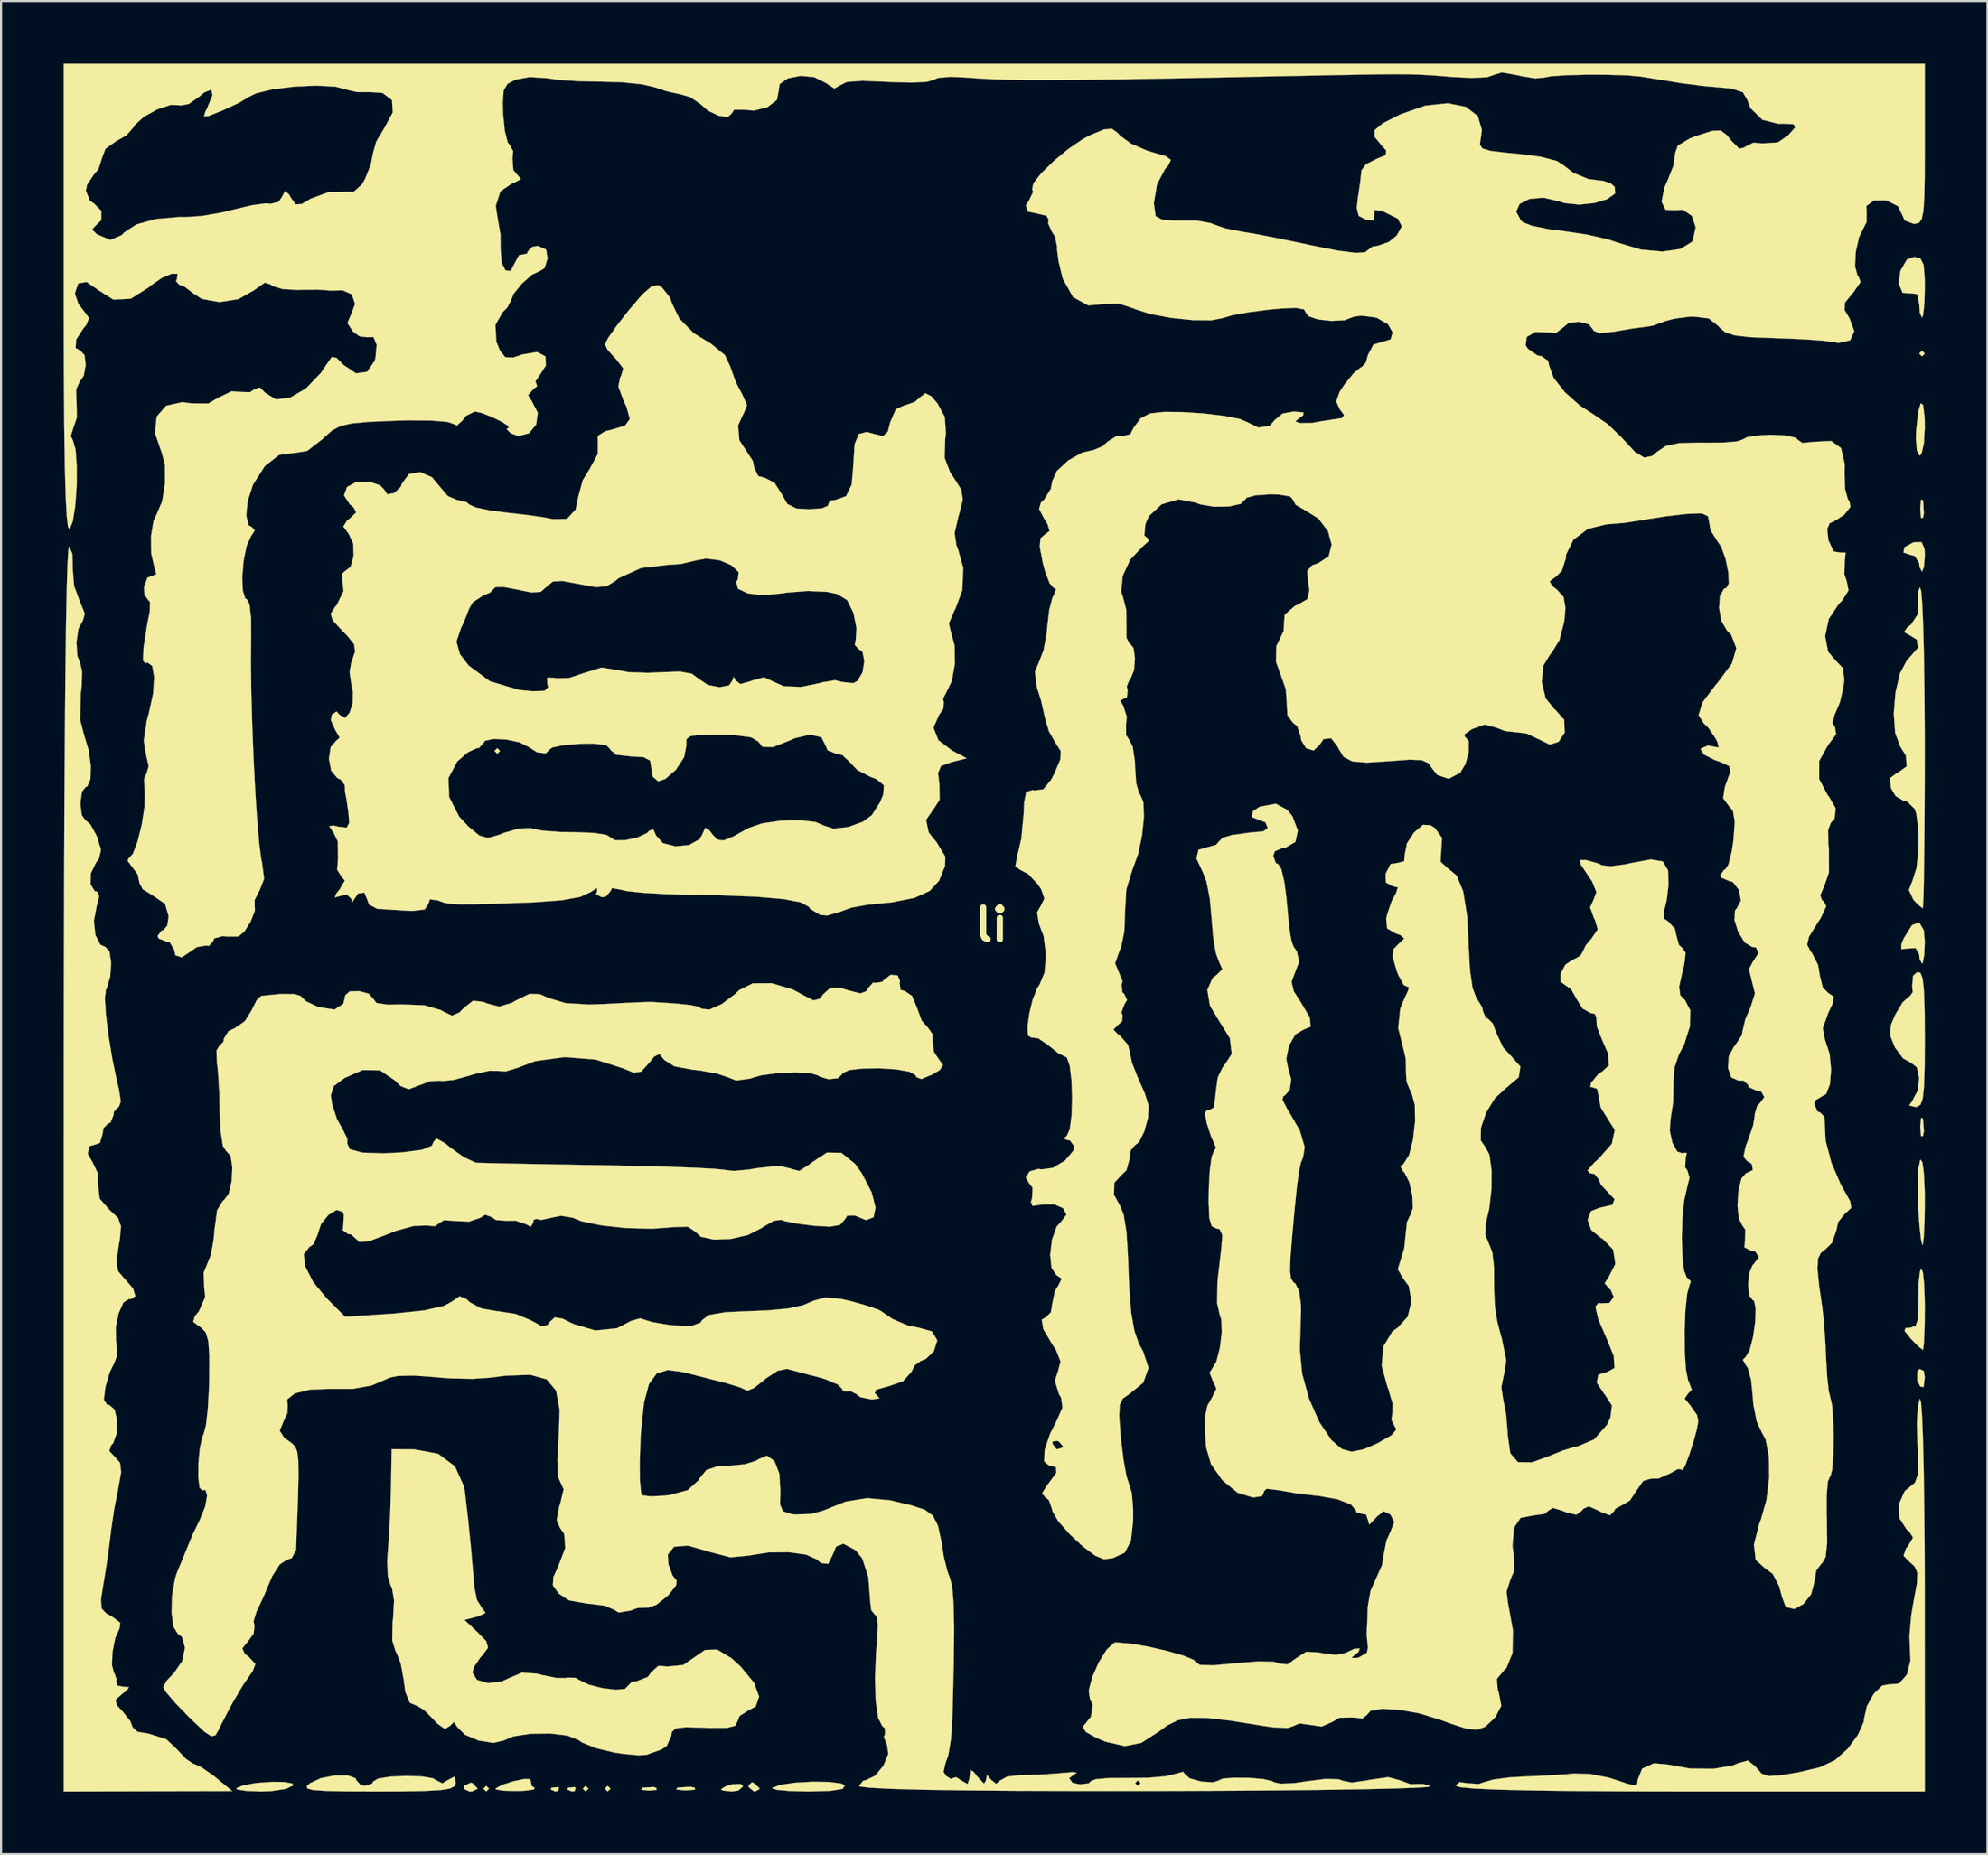
<source format=kicad_pcb>
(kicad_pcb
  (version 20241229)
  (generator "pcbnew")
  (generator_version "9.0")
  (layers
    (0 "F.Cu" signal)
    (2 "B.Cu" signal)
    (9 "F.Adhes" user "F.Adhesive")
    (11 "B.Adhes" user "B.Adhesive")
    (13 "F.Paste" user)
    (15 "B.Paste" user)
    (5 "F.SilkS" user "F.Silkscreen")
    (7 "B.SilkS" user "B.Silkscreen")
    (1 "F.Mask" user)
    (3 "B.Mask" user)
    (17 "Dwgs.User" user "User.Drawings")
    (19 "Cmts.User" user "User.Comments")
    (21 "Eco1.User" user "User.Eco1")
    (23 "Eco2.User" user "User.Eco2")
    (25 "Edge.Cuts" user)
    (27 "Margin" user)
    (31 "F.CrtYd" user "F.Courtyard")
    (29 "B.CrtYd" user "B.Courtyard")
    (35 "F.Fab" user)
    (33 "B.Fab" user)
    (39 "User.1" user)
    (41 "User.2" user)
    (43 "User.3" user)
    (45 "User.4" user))
  (footprint "li"
    (layer "F.Cu")
    (at 44.455 41.28)
    (property "Reference" "li" (at 0 0 0) (layer "F.SilkS") (effects (font (size 1.524 1.524) (thickness 0.3))))
    (attr through_hole)
    (fp_poly (pts (xy -24.077 41.407) (xy -24.209 41.54) (xy -24.342 41.407) (xy -24.209 41.275) (xy -24.077 41.407)) (stroke (width 0.01) (type solid)) (fill yes) (layer "F.SilkS"))
    (fp_poly (pts (xy -23.548 -8.334) (xy -23.68 -8.202) (xy -23.812 -8.334) (xy -23.68 -8.467) (xy -23.548 -8.334)) (stroke (width 0.01) (type solid)) (fill yes) (layer "F.SilkS"))
    (fp_poly (pts (xy -19.315 41.407) (xy -19.447 41.54) (xy -19.579 41.407) (xy -19.447 41.275) (xy -19.315 41.407)) (stroke (width 0.01) (type solid)) (fill yes) (layer "F.SilkS"))
    (fp_poly (pts (xy -18.256 41.407) (xy -18.389 41.54) (xy -18.521 41.407) (xy -18.389 41.275) (xy -18.256 41.407)) (stroke (width 0.01) (type solid)) (fill yes) (layer "F.SilkS"))
    (fp_poly (pts (xy 44.715 -27.384) (xy 44.582 -27.252) (xy 44.45 -27.384) (xy 44.582 -27.517) (xy 44.715 -27.384)) (stroke (width 0.01) (type solid)) (fill yes) (layer "F.SilkS"))
    (fp_poly (pts (xy -20.726 41.363) (xy -20.762 41.52) (xy -20.902 41.54) (xy -21.12 41.443) (xy -21.078 41.363) (xy -20.764 41.332) (xy -20.726 41.363)) (stroke (width 0.01) (type solid)) (fill yes) (layer "F.SilkS"))
    (fp_poly (pts (xy -19.932 41.363) (xy -19.968 41.52) (xy -20.108 41.54) (xy -20.326 41.443) (xy -20.285 41.363) (xy -19.971 41.332) (xy -19.932 41.363)) (stroke (width 0.01) (type solid)) (fill yes) (layer "F.SilkS"))
    (fp_poly (pts (xy -16.073 41.364) (xy -16.04 41.461) (xy -16.404 41.498) (xy -16.78 41.456) (xy -16.735 41.364) (xy -16.193 41.329) (xy -16.073 41.364)) (stroke (width 0.01) (type solid)) (fill yes) (layer "F.SilkS"))
    (fp_poly (pts (xy -24.853 41.154) (xy -24.618 41.409) (xy -24.885 41.534) (xy -25.019 41.54) (xy -25.291 41.409) (xy -25.265 41.271) (xy -24.948 41.118) (xy -24.853 41.154)) (stroke (width 0.01) (type solid)) (fill yes) (layer "F.SilkS"))
    (fp_poly (pts (xy 44.661 21.379) (xy 44.715 21.68) (xy 44.656 22.157) (xy 44.498 22.127) (xy 44.358 21.837) (xy 44.36 21.411) (xy 44.462 21.292) (xy 44.661 21.379)) (stroke (width 0.01) (type solid)) (fill yes) (layer "F.SilkS"))
    (fp_poly (pts (xy -14.216 41.366) (xy -14.208 41.453) (xy -14.622 41.488) (xy -14.684 41.488) (xy -15.095 41.45) (xy -15.056 41.369) (xy -15.01 41.356) (xy -14.434 41.317) (xy -14.216 41.366)) (stroke (width 0.01) (type solid)) (fill yes) (layer "F.SilkS"))
    (fp_poly (pts (xy -11.906 41.3) (xy -12.128 41.495) (xy -12.435 41.54) (xy -12.866 41.497) (xy -12.965 41.438) (xy -12.746 41.299) (xy -12.435 41.198) (xy -12.014 41.183) (xy -11.906 41.3)) (stroke (width 0.01) (type solid)) (fill yes) (layer "F.SilkS"))
    (fp_poly (pts (xy -11.377 41.143) (xy -11.125 41.38) (xy -11.113 41.423) (xy -11.317 41.537) (xy -11.377 41.54) (xy -11.632 41.336) (xy -11.642 41.259) (xy -11.48 41.101) (xy -11.377 41.143)) (stroke (width 0.01) (type solid)) (fill yes) (layer "F.SilkS"))
    (fp_poly (pts (xy 44.62 -20.347) (xy 44.633 -20.302) (xy 44.672 -19.725) (xy 44.624 -19.508) (xy 44.537 -19.499) (xy 44.501 -19.913) (xy 44.502 -19.976) (xy 44.54 -20.386) (xy 44.62 -20.347)) (stroke (width 0.01) (type solid)) (fill yes) (layer "F.SilkS"))
    (fp_poly (pts (xy 44.62 9.286) (xy 44.633 9.332) (xy 44.672 9.908) (xy 44.624 10.125) (xy 44.537 10.134) (xy 44.501 9.72) (xy 44.502 9.657) (xy 44.54 9.247) (xy 44.62 9.286)) (stroke (width 0.01) (type solid)) (fill yes) (layer "F.SilkS"))
    (fp_poly (pts (xy 44.633 -24.921) (xy 44.704 -24.343) (xy 44.715 -23.857) (xy 44.672 -23.088) (xy 44.562 -22.592) (xy 44.469 -22.49) (xy 44.339 -22.725) (xy 44.291 -23.322) (xy 44.304 -23.691) (xy 44.401 -24.583) (xy 44.521 -24.997) (xy 44.633 -24.921)) (stroke (width 0.01) (type solid)) (fill yes) (layer "F.SilkS"))
    (fp_poly (pts (xy -33.883 41.089) (xy -33.495 41.161) (xy -33.454 41.25) (xy -33.802 41.416) (xy -34.493 41.521) (xy -34.985 41.54) (xy -35.714 41.513) (xy -36.137 41.445) (xy -36.183 41.386) (xy -35.832 41.241) (xy -35.22 41.137) (xy -34.514 41.084) (xy -33.883 41.089)) (stroke (width 0.01) (type solid)) (fill yes) (layer "F.SilkS"))
    (fp_poly (pts (xy -22.089 41.005) (xy -22.024 41.286) (xy -21.896 41.364) (xy -21.924 41.446) (xy -22.372 41.505) (xy -22.732 41.519) (xy -23.399 41.503) (xy -23.748 41.441) (xy -23.76 41.399) (xy -23.431 41.22) (xy -22.916 41.055) (xy -22.408 40.949) (xy -22.103 40.948) (xy -22.089 41.005)) (stroke (width 0.01) (type solid)) (fill yes) (layer "F.SilkS"))
    (fp_poly (pts (xy -7.767 41.087) (xy -7.193 41.163) (xy -7.026 41.251) (xy -7.134 41.416) (xy -7.721 41.51) (xy -8.76 41.54) (xy -9.66 41.519) (xy -10.282 41.463) (xy -10.51 41.384) (xy -10.502 41.37) (xy -10.115 41.223) (xy -9.409 41.123) (xy -8.566 41.075) (xy -7.767 41.087)) (stroke (width 0.01) (type solid)) (fill yes) (layer "F.SilkS"))
    (fp_poly (pts (xy 44.703 -18.013) (xy 44.715 -17.702) (xy 44.675 -17.155) (xy 44.582 -16.933) (xy 44.465 -17.149) (xy 44.45 -17.33) (xy 44.238 -17.681) (xy 44.053 -17.727) (xy 43.694 -17.846) (xy 43.742 -18.098) (xy 44.166 -18.328) (xy 44.185 -18.333) (xy 44.564 -18.343) (xy 44.703 -18.013)) (stroke (width 0.01) (type solid)) (fill yes) (layer "F.SilkS"))
    (fp_poly (pts (xy 44.664 0.255) (xy 44.715 0.802) (xy 44.685 1.462) (xy 44.611 1.827) (xy 44.582 1.852) (xy 44.467 1.634) (xy 44.45 1.424) (xy 44.282 1.114) (xy 43.94 1.13) (xy 43.595 1.167) (xy 43.595 0.921) (xy 43.711 0.646) (xy 44.107 0.013) (xy 44.445 -0.115) (xy 44.664 0.255)) (stroke (width 0.01) (type solid)) (fill yes) (layer "F.SilkS"))
    (fp_poly (pts (xy 44.505 -31.943) (xy 44.656 -31.644) (xy 44.71 -30.997) (xy 44.715 -30.559) (xy 44.693 -29.762) (xy 44.637 -29.234) (xy 44.582 -29.104) (xy 44.482 -29.331) (xy 44.45 -29.757) (xy 44.35 -30.233) (xy 44.08 -30.268) (xy 43.654 -30.293) (xy 43.474 -30.723) (xy 43.545 -31.341) (xy 43.861 -31.891) (xy 44.214 -32.015) (xy 44.505 -31.943)) (stroke (width 0.01) (type solid)) (fill yes) (layer "F.SilkS"))
    (fp_poly (pts (xy 44.601 11.382) (xy 44.673 11.93) (xy 44.711 12.796) (xy 44.715 13.176) (xy 44.702 14.173) (xy 44.669 14.928) (xy 44.622 15.318) (xy 44.604 15.346) (xy 44.538 15.103) (xy 44.466 14.463) (xy 44.403 13.558) (xy 44.396 13.428) (xy 44.376 12.453) (xy 44.412 11.683) (xy 44.497 11.272) (xy 44.507 11.258) (xy 44.601 11.382)) (stroke (width 0.01) (type solid)) (fill yes) (layer "F.SilkS"))
    (fp_poly (pts (xy 44.622 16.647) (xy 44.683 17.22) (xy 44.713 18.094) (xy 44.715 18.344) (xy 44.704 19.305) (xy 44.675 20.019) (xy 44.633 20.361) (xy 44.623 20.373) (xy 44.4 20.2) (xy 44.053 19.844) (xy 43.743 19.462) (xy 43.798 19.328) (xy 44.017 19.315) (xy 44.283 19.218) (xy 44.404 18.849) (xy 44.416 18.086) (xy 44.413 17.99) (xy 44.418 17.193) (xy 44.483 16.632) (xy 44.54 16.49) (xy 44.622 16.647)) (stroke (width 0.01) (type solid)) (fill yes) (layer "F.SilkS"))
    (fp_poly (pts (xy 44.503 2.3) (xy 44.609 2.568) (xy 44.674 3.151) (xy 44.706 4.121) (xy 44.715 5.432) (xy 44.707 6.813) (xy 44.678 7.748) (xy 44.616 8.323) (xy 44.509 8.62) (xy 44.345 8.725) (xy 44.265 8.731) (xy 43.973 8.66) (xy 44.133 8.414) (xy 44.383 7.937) (xy 44.449 7.338) (xy 44.337 6.828) (xy 44.06 6.615) (xy 43.676 6.4) (xy 43.292 5.884) (xy 43.286 5.873) (xy 43.054 5.293) (xy 43.099 4.786) (xy 43.313 4.286) (xy 43.652 3.724) (xy 43.95 3.446) (xy 43.985 3.44) (xy 44.141 3.23) (xy 44.113 2.928) (xy 44.16 2.438) (xy 44.347 2.274) (xy 44.503 2.3)) (stroke (width 0.01) (type solid)) (fill yes) (layer "F.SilkS"))
    (fp_poly (pts (xy -30.471 40.908) (xy -30.427 41.01) (xy -30.213 41.245) (xy -30.03 41.275) (xy -29.678 41.167) (xy -29.633 41.075) (xy -29.4 40.928) (xy -28.818 40.834) (xy -28.067 40.797) (xy -27.325 40.82) (xy -26.77 40.909) (xy -26.591 41.009) (xy -26.312 41.154) (xy -26.038 40.991) (xy -25.739 40.832) (xy -25.665 41.11) (xy -25.721 41.281) (xy -25.944 41.4) (xy -26.411 41.476) (xy -27.199 41.519) (xy -28.387 41.537) (xy -29.419 41.54) (xy -30.889 41.535) (xy -31.895 41.515) (xy -32.505 41.471) (xy -32.786 41.397) (xy -32.803 41.284) (xy -32.66 41.151) (xy -32.134 40.906) (xy -31.468 40.776) (xy -30.851 40.773) (xy -30.471 40.908)) (stroke (width 0.01) (type solid)) (fill yes) (layer "F.SilkS"))
    (fp_poly (pts (xy 44.539 -16.02) (xy 44.593 -15.387) (xy 44.638 -14.33) (xy 44.674 -12.901) (xy 44.698 -11.154) (xy 44.71 -9.139) (xy 44.711 -8.665) (xy 44.708 -6.685) (xy 44.7 -4.888) (xy 44.687 -3.338) (xy 44.669 -2.101) (xy 44.648 -1.241) (xy 44.623 -0.823) (xy 44.615 -0.794) (xy 44.387 -0.97) (xy 44.168 -1.212) (xy 43.956 -1.669) (xy 44.135 -2.135) (xy 44.32 -2.723) (xy 44.415 -3.606) (xy 44.412 -4.554) (xy 44.306 -5.339) (xy 44.233 -5.556) (xy 43.88 -5.906) (xy 43.687 -5.953) (xy 43.319 -6.173) (xy 43.105 -6.535) (xy 43.036 -7.02) (xy 43.369 -7.268) (xy 43.405 -7.28) (xy 43.848 -7.592) (xy 43.813 -8.106) (xy 43.536 -8.556) (xy 43.299 -9.196) (xy 43.232 -10.124) (xy 43.315 -11.145) (xy 43.532 -12.064) (xy 43.864 -12.686) (xy 43.924 -12.742) (xy 44.386 -13.273) (xy 44.337 -13.671) (xy 44.013 -13.87) (xy 43.726 -14.032) (xy 43.869 -14.247) (xy 44.054 -14.388) (xy 44.406 -14.92) (xy 44.391 -15.277) (xy 44.376 -15.885) (xy 44.478 -16.176) (xy 44.539 -16.02)) (stroke (width 0.01) (type solid)) (fill yes) (layer "F.SilkS"))
    (fp_poly (pts (xy 44.533 22.884) (xy 44.583 23.531) (xy 44.626 24.609) (xy 44.661 26.068) (xy 44.688 27.861) (xy 44.705 29.937) (xy 44.711 31.948) (xy 44.715 41.54) (xy 33.47 41.54) (xy 30.4 41.534) (xy 27.844 41.518) (xy 25.786 41.49) (xy 24.21 41.451) (xy 23.102 41.399) (xy 22.445 41.335) (xy 22.225 41.259) (xy 22.225 41.257) (xy 22.431 41.095) (xy 22.752 41.142) (xy 23.336 41.185) (xy 23.612 41.094) (xy 24.043 40.969) (xy 24.815 40.87) (xy 25.532 40.827) (xy 26.548 40.782) (xy 27.47 40.723) (xy 27.914 40.681) (xy 28.698 40.705) (xy 29.595 40.887) (xy 29.733 40.931) (xy 30.464 41.171) (xy 30.824 41.25) (xy 30.944 41.178) (xy 30.956 40.999) (xy 31.174 40.449) (xy 31.741 40.192) (xy 32.405 40.253) (xy 33.47 40.442) (xy 34.575 40.457) (xy 35.496 40.302) (xy 35.761 40.194) (xy 36.244 40.059) (xy 36.614 40.359) (xy 36.655 40.416) (xy 36.898 40.688) (xy 37.224 40.802) (xy 37.781 40.773) (xy 38.642 40.631) (xy 39.691 40.384) (xy 40.412 40.044) (xy 41.007 39.513) (xy 41.038 39.478) (xy 41.517 38.824) (xy 41.784 38.23) (xy 41.804 38.087) (xy 41.94 37.461) (xy 42.27 36.865) (xy 42.674 36.468) (xy 42.981 36.411) (xy 43.479 36.372) (xy 43.859 35.942) (xy 44.032 35.257) (xy 44.009 34.834) (xy 43.983 34.073) (xy 44.072 33.074) (xy 44.181 32.434) (xy 44.343 31.563) (xy 44.362 31.052) (xy 44.226 30.748) (xy 44.02 30.568) (xy 43.699 30.241) (xy 43.818 29.895) (xy 43.921 29.766) (xy 44.155 29.372) (xy 43.966 29.074) (xy 43.845 28.98) (xy 43.507 28.449) (xy 43.483 27.754) (xy 43.756 27.143) (xy 43.994 26.948) (xy 44.25 26.736) (xy 44.379 26.361) (xy 44.403 25.694) (xy 44.364 24.884) (xy 44.338 23.917) (xy 44.38 23.135) (xy 44.478 22.717) (xy 44.533 22.884)) (stroke (width 0.01) (type solid)) (fill yes) (layer "F.SilkS"))
    (fp_poly (pts (xy -27.664 25.144) (xy -26.512 25.358) (xy -25.706 25.961) (xy -25.273 26.931) (xy -25.232 27.18) (xy -25.079 28.501) (xy -24.935 29.933) (xy -24.825 31.217) (xy -24.791 31.693) (xy -24.655 32.358) (xy -24.399 32.772) (xy -24.385 32.781) (xy -24.241 32.978) (xy -24.583 33.143) (xy -24.644 33.159) (xy -25.255 33.319) (xy -24.666 33.868) (xy -24.209 34.336) (xy -24.124 34.651) (xy -24.382 35.002) (xy -24.474 35.095) (xy -24.801 35.573) (xy -24.871 35.839) (xy -24.652 36.194) (xy -24.124 36.348) (xy -23.477 36.277) (xy -23.084 36.096) (xy -22.498 35.847) (xy -21.798 35.892) (xy -21.515 35.963) (xy -20.831 36.101) (xy -20.367 36.102) (xy -20.32 36.083) (xy -19.934 36.093) (xy -19.766 36.191) (xy -19.293 36.423) (xy -18.643 36.59) (xy -18.001 36.667) (xy -17.557 36.626) (xy -17.463 36.524) (xy -17.242 36.296) (xy -16.962 36.248) (xy -16.463 36.05) (xy -16.298 35.823) (xy -15.961 35.521) (xy -15.519 35.553) (xy -14.772 35.481) (xy -14.342 35.184) (xy -13.729 34.759) (xy -13.144 34.741) (xy -12.469 35.146) (xy -12.025 35.547) (xy -11.381 36.328) (xy -11.134 36.992) (xy -11.298 37.469) (xy -11.642 37.647) (xy -12.072 37.923) (xy -12.171 38.174) (xy -12.283 38.392) (xy -12.687 38.492) (xy -13.487 38.495) (xy -13.758 38.483) (xy -14.647 38.458) (xy -15.128 38.517) (xy -15.32 38.689) (xy -15.346 38.882) (xy -15.564 39.366) (xy -15.809 39.525) (xy -16.347 39.717) (xy -16.536 39.787) (xy -16.936 39.805) (xy -17.652 39.737) (xy -18.083 39.673) (xy -18.935 39.468) (xy -19.613 39.196) (xy -19.803 39.07) (xy -20.328 38.858) (xy -21.16 38.76) (xy -22.09 38.775) (xy -22.908 38.901) (xy -23.355 39.091) (xy -23.864 39.212) (xy -24.568 39.1) (xy -25.222 38.824) (xy -25.582 38.464) (xy -25.76 38.208) (xy -25.951 38.4) (xy -26.189 38.545) (xy -26.555 38.284) (xy -26.73 38.092) (xy -27.182 37.641) (xy -27.505 37.439) (xy -27.517 37.439) (xy -27.869 37.289) (xy -28.08 36.775) (xy -28.17 36.134) (xy -28.307 35.394) (xy -28.522 34.861) (xy -28.55 34.823) (xy -28.71 34.303) (xy -28.695 33.431) (xy -28.672 33.248) (xy -28.623 32.387) (xy -28.72 31.79) (xy -28.778 31.688) (xy -28.919 31.235) (xy -28.952 30.492) (xy -28.929 30.163) (xy -28.861 29.266) (xy -28.803 28.107) (xy -28.772 27.054) (xy -28.738 25.135) (xy -27.664 25.144)) (stroke (width 0.01) (type solid)) (fill yes) (layer "F.SilkS"))
    (fp_poly (pts (xy -44.036 -17.778) (xy -44.022 -17.154) (xy -44.026 -17.118) (xy -43.956 -16.239) (xy -43.694 -15.533) (xy -43.443 -14.916) (xy -43.526 -14.607) (xy -43.747 -14.195) (xy -43.845 -13.531) (xy -43.799 -12.882) (xy -43.675 -12.583) (xy -43.576 -12.17) (xy -43.591 -11.454) (xy -43.634 -11.103) (xy -43.669 -9.838) (xy -43.485 -9.118) (xy -43.26 -8.383) (xy -43.154 -7.613) (xy -43.174 -6.975) (xy -43.325 -6.634) (xy -43.392 -6.615) (xy -43.577 -6.385) (xy -43.656 -5.831) (xy -43.656 -5.821) (xy -43.589 -5.263) (xy -43.427 -5.027) (xy -43.424 -5.027) (xy -43.174 -4.808) (xy -42.881 -4.277) (xy -42.86 -4.227) (xy -42.667 -3.598) (xy -42.766 -3.169) (xy -42.913 -2.97) (xy -43.154 -2.465) (xy -43.169 -1.941) (xy -42.967 -1.615) (xy -42.85 -1.587) (xy -42.753 -1.378) (xy -42.869 -0.908) (xy -43.007 -0.191) (xy -42.935 0.491) (xy -42.691 0.958) (xy -42.459 1.058) (xy -42.259 1.283) (xy -42.18 1.823) (xy -42.224 2.479) (xy -42.393 3.051) (xy -42.434 3.124) (xy -42.48 3.52) (xy -42.431 4.296) (xy -42.306 5.312) (xy -42.122 6.432) (xy -41.898 7.517) (xy -41.811 7.871) (xy -41.719 8.471) (xy -41.813 8.73) (xy -41.829 8.731) (xy -42.042 8.946) (xy -42.069 9.128) (xy -42.212 9.48) (xy -42.333 9.525) (xy -42.548 9.747) (xy -42.598 10.054) (xy -42.719 10.453) (xy -42.896 10.517) (xy -43.232 10.619) (xy -43.298 10.985) (xy -43.062 11.4) (xy -42.827 11.896) (xy -42.807 12.444) (xy -42.731 13.125) (xy -42.252 13.671) (xy -41.851 14.048) (xy -41.708 14.455) (xy -41.77 15.102) (xy -41.818 15.363) (xy -41.926 16.139) (xy -41.846 16.606) (xy -41.54 16.965) (xy -41.527 16.976) (xy -41.132 17.427) (xy -41.02 17.795) (xy -41.222 17.938) (xy -41.311 17.926) (xy -41.59 18.097) (xy -41.823 18.618) (xy -41.96 19.305) (xy -41.947 19.978) (xy -41.929 20.067) (xy -41.907 20.672) (xy -42.027 20.994) (xy -42.251 21.454) (xy -42.453 22.142) (xy -42.456 22.159) (xy -42.529 22.771) (xy -42.373 23.005) (xy -42.266 23.019) (xy -42.015 23.241) (xy -41.894 23.763) (xy -41.913 24.37) (xy -42.082 24.848) (xy -42.175 24.942) (xy -42.269 25.223) (xy -42.02 25.488) (xy -41.756 25.788) (xy -41.702 26.23) (xy -41.836 26.993) (xy -41.838 27.004) (xy -42.036 28.022) (xy -42.187 29.049) (xy -42.208 29.236) (xy -42.326 30.18) (xy -42.492 31.255) (xy -42.549 31.575) (xy -42.67 32.351) (xy -42.634 32.777) (xy -42.4 33.019) (xy -42.165 33.138) (xy -41.747 33.453) (xy -41.773 33.71) (xy -41.983 34.184) (xy -42.115 34.851) (xy -42.143 35.485) (xy -42.042 35.864) (xy -42.02 35.881) (xy -41.913 36.188) (xy -41.948 36.266) (xy -41.869 36.471) (xy -41.637 36.513) (xy -41.325 36.542) (xy -41.442 36.705) (xy -41.651 36.861) (xy -41.97 37.146) (xy -41.91 37.408) (xy -41.635 37.702) (xy -41.262 38.173) (xy -41.142 38.478) (xy -40.911 38.684) (xy -40.38 38.772) (xy -39.537 39.041) (xy -39.049 39.5) (xy -38.596 39.983) (xy -38.249 40.215) (xy -38.222 40.218) (xy -37.869 40.374) (xy -37.315 40.758) (xy -37.174 40.87) (xy -36.38 41.521) (xy -40.415 41.53) (xy -44.45 41.54) (xy -44.45 11.626) (xy -44.448 6.444) (xy -44.441 1.743) (xy -44.43 -2.472) (xy -44.414 -6.196) (xy -44.393 -9.425) (xy -44.369 -12.153) (xy -44.34 -14.376) (xy -44.307 -16.088) (xy -44.269 -17.286) (xy -44.228 -17.963) (xy -44.189 -18.126) (xy -44.036 -17.778)) (stroke (width 0.01) (type solid)) (fill yes) (layer "F.SilkS"))
    (fp_poly (pts (xy -15.808 -30.574) (xy -15.405 -30.064) (xy -15.304 -29.774) (xy -14.957 -29.057) (xy -14.264 -28.354) (xy -13.435 -27.849) (xy -12.775 -27.309) (xy -12.533 -26.798) (xy -12.246 -26.001) (xy -11.957 -25.453) (xy -11.715 -24.914) (xy -11.86 -24.547) (xy -11.867 -24.54) (xy -12.143 -23.94) (xy -12.083 -23.232) (xy -11.774 -22.754) (xy -11.434 -22.232) (xy -11.377 -21.928) (xy -11.172 -21.506) (xy -10.88 -21.431) (xy -10.402 -21.192) (xy -10.069 -20.674) (xy -9.779 -20.168) (xy -9.343 -19.955) (xy -8.721 -19.916) (xy -8.106 -19.966) (xy -7.823 -20.092) (xy -7.828 -20.144) (xy -7.731 -20.328) (xy -7.452 -20.373) (xy -6.966 -20.547) (xy -6.696 -21.108) (xy -6.615 -22.093) (xy -6.558 -23.034) (xy -6.36 -23.523) (xy -5.976 -23.625) (xy -5.659 -23.537) (xy -5.194 -23.423) (xy -4.967 -23.642) (xy -4.854 -24.081) (xy -4.584 -24.71) (xy -4.233 -24.871) (xy -3.678 -25.062) (xy -3.442 -25.265) (xy -3.17 -25.481) (xy -2.882 -25.334) (xy -2.593 -24.996) (xy -2.239 -24.35) (xy -2.186 -23.567) (xy -2.221 -23.261) (xy -2.246 -22.379) (xy -1.978 -21.678) (xy -1.802 -21.42) (xy -1.45 -20.865) (xy -1.376 -20.382) (xy -1.547 -19.702) (xy -1.573 -19.624) (xy -1.768 -18.783) (xy -1.68 -18.18) (xy -1.617 -18.047) (xy -1.354 -17.109) (xy -1.396 -16.051) (xy -1.73 -15.149) (xy -1.761 -15.103) (xy -2.043 -14.448) (xy -1.951 -14.052) (xy -1.768 -13.387) (xy -1.756 -12.512) (xy -1.902 -11.687) (xy -2.115 -11.247) (xy -2.321 -10.841) (xy -2.286 -10.665) (xy -2.305 -10.364) (xy -2.519 -10.048) (xy -2.782 -9.45) (xy -2.545 -8.852) (xy -1.887 -8.349) (xy -1.191 -7.983) (xy -1.925 -7.798) (xy -2.42 -7.609) (xy -2.563 -7.269) (xy -2.5 -6.766) (xy -2.485 -6) (xy -2.758 -5.573) (xy -3.136 -5.031) (xy -3.009 -4.424) (xy -2.623 -3.946) (xy -2.213 -3.266) (xy -2.228 -2.821) (xy -2.509 -2.119) (xy -2.961 -1.626) (xy -3.68 -1.295) (xy -4.757 -1.081) (xy -5.953 -0.961) (xy -6.724 -0.82) (xy -7.276 -0.618) (xy -7.868 -0.446) (xy -8.202 -0.472) (xy -8.666 -0.754) (xy -8.774 -0.878) (xy -9.144 -1.08) (xy -9.972 -1.237) (xy -11.277 -1.349) (xy -13.079 -1.419) (xy -14.42 -1.443) (xy -15.649 -1.475) (xy -16.714 -1.537) (xy -17.482 -1.619) (xy -17.793 -1.692) (xy -18.184 -1.759) (xy -18.256 -1.616) (xy -18.471 -1.359) (xy -18.669 -1.323) (xy -18.94 -1.463) (xy -18.888 -1.654) (xy -18.906 -1.764) (xy -19.203 -1.572) (xy -19.711 -1.337) (xy -20.601 -1.177) (xy -21.939 -1.079) (xy -22.225 -1.068) (xy -23.711 -1.016) (xy -24.762 -0.987) (xy -25.47 -0.983) (xy -25.928 -1.007) (xy -26.23 -1.061) (xy -26.467 -1.147) (xy -26.524 -1.172) (xy -26.907 -1.224) (xy -26.988 -0.997) (xy -27.158 -0.738) (xy -27.727 -0.666) (xy -27.98 -0.676) (xy -28.767 -0.725) (xy -29.383 -0.763) (xy -29.435 -0.766) (xy -29.827 -0.977) (xy -29.898 -1.191) (xy -30.048 -1.546) (xy -30.348 -1.503) (xy -30.516 -1.257) (xy -30.637 -1.072) (xy -30.671 -1.248) (xy -30.883 -1.448) (xy -31.155 -1.397) (xy -31.463 -1.313) (xy -31.393 -1.494) (xy -31.221 -1.713) (xy -30.984 -2.122) (xy -31.144 -2.311) (xy -31.348 -2.64) (xy -31.31 -3.193) (xy -31.322 -4.005) (xy -31.519 -4.411) (xy -31.731 -4.726) (xy -31.531 -4.759) (xy -31.292 -4.702) (xy -30.893 -4.655) (xy -30.77 -4.89) (xy -30.811 -5.384) (xy -30.901 -6.003) (xy -30.968 -6.346) (xy -30.97 -6.35) (xy -30.985 -6.688) (xy -31.162 -6.947) (xy -31.336 -7.039) (xy -26.02 -7.039) (xy -25.986 -6.125) (xy -25.513 -5.196) (xy -25.073 -4.719) (xy -24.539 -4.277) (xy -24.126 -4.159) (xy -23.58 -4.315) (xy -23.363 -4.405) (xy -22.642 -4.616) (xy -22.067 -4.633) (xy -21.996 -4.611) (xy -21.511 -4.514) (xy -20.693 -4.452) (xy -19.91 -4.438) (xy -19.053 -4.406) (xy -18.456 -4.313) (xy -18.256 -4.193) (xy -18.043 -4.048) (xy -17.543 -4.057) (xy -16.961 -4.184) (xy -16.506 -4.395) (xy -16.401 -4.504) (xy -16.204 -4.576) (xy -16.077 -4.286) (xy -15.745 -3.913) (xy -15.145 -3.759) (xy -14.489 -3.822) (xy -13.989 -4.101) (xy -13.867 -4.307) (xy -13.717 -4.647) (xy -13.518 -4.528) (xy -13.376 -4.341) (xy -13.137 -4.085) (xy -12.846 -4.041) (xy -12.368 -4.232) (xy -11.642 -4.637) (xy -10.995 -4.86) (xy -10.117 -4.988) (xy -9.199 -5.013) (xy -8.434 -4.929) (xy -8.04 -4.759) (xy -7.571 -4.608) (xy -6.872 -4.683) (xy -6.168 -4.937) (xy -5.733 -5.256) (xy -5.335 -5.881) (xy -5.182 -6.255) (xy -5.156 -6.688) (xy -5.489 -6.973) (xy -5.816 -7.102) (xy -6.428 -7.419) (xy -6.777 -7.788) (xy -6.779 -7.793) (xy -7.144 -8.138) (xy -7.437 -8.202) (xy -7.85 -8.363) (xy -7.938 -8.571) (xy -8.146 -8.987) (xy -8.686 -9.12) (xy -9.428 -8.945) (xy -9.597 -8.867) (xy -10.456 -8.523) (xy -10.974 -8.534) (xy -11.175 -8.787) (xy -11.509 -8.986) (xy -12.319 -9.097) (xy -13 -9.118) (xy -13.922 -9.11) (xy -14.426 -9.047) (xy -14.623 -8.894) (xy -14.621 -8.616) (xy -14.618 -8.599) (xy -14.726 -8.042) (xy -15.119 -7.436) (xy -15.633 -6.988) (xy -15.972 -6.879) (xy -16.23 -7.102) (xy -16.293 -7.474) (xy -16.352 -7.868) (xy -16.664 -8.037) (xy -17.264 -8.07) (xy -17.977 -8.152) (xy -18.255 -8.383) (xy -18.256 -8.405) (xy -18.449 -8.608) (xy -19.065 -8.688) (xy -19.711 -8.679) (xy -20.509 -8.611) (xy -21.037 -8.501) (xy -21.167 -8.41) (xy -21.356 -8.216) (xy -21.775 -8.271) (xy -22.178 -8.525) (xy -22.598 -8.743) (xy -23.217 -8.878) (xy -23.838 -8.912) (xy -24.263 -8.826) (xy -24.342 -8.716) (xy -24.551 -8.481) (xy -24.672 -8.462) (xy -25.071 -8.281) (xy -25.579 -7.85) (xy -25.598 -7.83) (xy -26.02 -7.039) (xy -31.336 -7.039) (xy -31.351 -7.047) (xy -31.635 -7.386) (xy -31.743 -7.957) (xy -31.664 -8.512) (xy -31.419 -8.798) (xy -31.229 -8.976) (xy -31.442 -9.338) (xy -31.65 -9.812) (xy -31.607 -10.071) (xy -31.377 -10.225) (xy -31.216 -10.047) (xy -30.976 -9.916) (xy -30.752 -10.163) (xy -30.604 -10.636) (xy -30.595 -11.184) (xy -30.656 -11.426) (xy -30.755 -12.123) (xy -30.675 -12.568) (xy -30.495 -13.088) (xy -30.536 -13.444) (xy -30.639 -13.574) (xy -25.637 -13.574) (xy -25.472 -12.978) (xy -25.06 -12.435) (xy -24.036 -11.675) (xy -22.644 -11.26) (xy -22.015 -11.196) (xy -21.42 -11.211) (xy -21.241 -11.383) (xy -21.281 -11.559) (xy -21.293 -11.846) (xy -20.926 -11.835) (xy -20.865 -11.82) (xy -20.231 -11.832) (xy -19.517 -12.071) (xy -18.682 -12.33) (xy -18.036 -12.227) (xy -17.369 -12.109) (xy -16.438 -12.077) (xy -15.865 -12.105) (xy -14.923 -12.14) (xy -14.354 -12.034) (xy -14.046 -11.802) (xy -13.594 -11.498) (xy -13.032 -11.386) (xy -12.571 -11.478) (xy -12.415 -11.708) (xy -12.355 -11.891) (xy -12.265 -11.721) (xy -12.036 -11.538) (xy -11.537 -11.678) (xy -11.485 -11.701) (xy -10.896 -11.864) (xy -10.523 -11.687) (xy -9.956 -11.435) (xy -9.114 -11.4) (xy -8.208 -11.59) (xy -8.131 -11.618) (xy -7.498 -11.723) (xy -7.131 -11.634) (xy -6.615 -11.582) (xy -6.425 -11.689) (xy -6.177 -12.101) (xy -6.093 -12.642) (xy -6.18 -13.089) (xy -6.378 -13.229) (xy -6.548 -13.424) (xy -6.503 -13.666) (xy -6.466 -14.21) (xy -6.607 -14.925) (xy -6.617 -14.957) (xy -6.911 -15.561) (xy -7.395 -15.858) (xy -7.881 -15.96) (xy -8.792 -16.003) (xy -9.814 -15.923) (xy -10.035 -15.887) (xy -10.94 -15.802) (xy -11.679 -15.888) (xy -12.145 -16.11) (xy -12.229 -16.432) (xy -12.15 -16.562) (xy -12.114 -16.906) (xy -12.456 -17.234) (xy -13.024 -17.475) (xy -13.671 -17.559) (xy -14.113 -17.479) (xy -14.891 -17.296) (xy -15.518 -17.253) (xy -16.79 -17.104) (xy -17.854 -16.623) (xy -18.061 -16.461) (xy -18.45 -16.225) (xy -18.965 -16.189) (xy -19.769 -16.336) (xy -20.56 -16.484) (xy -21.013 -16.455) (xy -21.292 -16.235) (xy -21.315 -16.206) (xy -21.603 -15.959) (xy -22.057 -15.931) (xy -22.715 -16.069) (xy -23.381 -16.196) (xy -23.771 -16.188) (xy -23.812 -16.142) (xy -24.032 -15.918) (xy -24.34 -15.799) (xy -24.848 -15.465) (xy -25.021 -15.173) (xy -25.286 -14.498) (xy -25.419 -14.225) (xy -25.637 -13.574) (xy -30.639 -13.574) (xy -30.86 -13.851) (xy -31.127 -14.122) (xy -31.568 -14.601) (xy -31.661 -14.911) (xy -31.444 -15.244) (xy -31.368 -15.329) (xy -31.045 -15.997) (xy -31.083 -16.385) (xy -31.122 -16.814) (xy -31.003 -16.933) (xy -30.71 -17.155) (xy -30.562 -17.674) (xy -30.582 -18.275) (xy -30.795 -18.738) (xy -30.797 -18.74) (xy -31.056 -19.092) (xy -30.877 -19.374) (xy -30.746 -19.476) (xy -30.437 -19.766) (xy -30.565 -20.013) (xy -30.746 -20.158) (xy -31.022 -20.585) (xy -30.879 -20.984) (xy -30.417 -21.236) (xy -29.822 -21.242) (xy -29.299 -21.068) (xy -29.104 -20.871) (xy -28.948 -20.633) (xy -28.616 -20.696) (xy -28.307 -20.992) (xy -28.234 -21.167) (xy -27.909 -21.606) (xy -27.374 -21.698) (xy -26.809 -21.454) (xy -26.458 -21.034) (xy -26.047 -20.549) (xy -25.635 -20.373) (xy -25.162 -20.261) (xy -25.027 -20.147) (xy -24.71 -20.005) (xy -24.022 -19.86) (xy -23.226 -19.755) (xy -22.258 -19.645) (xy -21.442 -19.528) (xy -21.034 -19.448) (xy -20.34 -19.456) (xy -19.922 -19.912) (xy -19.798 -20.52) (xy -19.582 -21.312) (xy -19.234 -21.882) (xy -18.865 -22.564) (xy -18.862 -23.017) (xy -18.865 -23.435) (xy -18.505 -23.66) (xy -18.229 -23.725) (xy -17.557 -23.925) (xy -17.328 -24.246) (xy -17.483 -24.819) (xy -17.623 -25.113) (xy -17.877 -25.803) (xy -17.789 -26.247) (xy -17.752 -26.296) (xy -17.642 -26.664) (xy -17.971 -27.101) (xy -17.993 -27.121) (xy -18.386 -27.553) (xy -18.521 -27.826) (xy -18.365 -28.132) (xy -17.955 -28.716) (xy -17.381 -29.453) (xy -17.371 -29.465) (xy -16.731 -30.212) (xy -16.302 -30.59) (xy -15.993 -30.664) (xy -15.808 -30.574)) (stroke (width 0.01) (type solid)) (fill yes) (layer "F.SilkS"))
    (fp_poly (pts (xy 14.181 -5.504) (xy 14.42 -5.197) (xy 14.678 -4.517) (xy 14.561 -3.975) (xy 14.109 -3.711) (xy 13.995 -3.704) (xy 13.581 -3.531) (xy 13.494 -3.307) (xy 13.624 -2.955) (xy 13.734 -2.91) (xy 13.886 -2.671) (xy 14.032 -2.05) (xy 14.119 -1.389) (xy 14.225 -0.288) (xy 14.306 0.407) (xy 14.383 0.815) (xy 14.479 1.058) (xy 14.619 1.254) (xy 14.628 1.266) (xy 14.737 1.771) (xy 14.559 2.237) (xy 14.374 2.73) (xy 14.481 3.186) (xy 14.783 3.657) (xy 15.244 4.429) (xy 15.295 4.881) (xy 14.942 5.027) (xy 14.555 5.255) (xy 14.253 5.794) (xy 14.122 6.425) (xy 14.215 6.879) (xy 14.36 7.409) (xy 14.286 7.926) (xy 14.033 8.197) (xy 13.985 8.202) (xy 13.94 8.385) (xy 14.171 8.836) (xy 14.235 8.93) (xy 14.774 9.867) (xy 15.006 10.663) (xy 14.926 11.15) (xy 14.821 11.403) (xy 14.726 11.854) (xy 14.628 12.59) (xy 14.515 13.699) (xy 14.415 14.817) (xy 14.327 15.895) (xy 14.301 16.563) (xy 14.344 16.936) (xy 14.461 17.131) (xy 14.562 17.204) (xy 14.739 17.562) (xy 14.826 18.24) (xy 14.827 18.551) (xy 14.8 19.444) (xy 14.777 20.222) (xy 14.773 20.373) (xy 14.88 21.511) (xy 15.214 22.719) (xy 15.708 23.838) (xy 16.295 24.712) (xy 16.786 25.127) (xy 17.25 25.259) (xy 17.834 25.141) (xy 18.495 24.854) (xy 19.174 24.465) (xy 19.403 24.182) (xy 19.346 24.096) (xy 19.16 23.723) (xy 19.202 23.458) (xy 19.212 22.931) (xy 19.009 22.233) (xy 18.975 22.157) (xy 18.697 21.139) (xy 18.783 20.202) (xy 19.206 19.493) (xy 19.472 19.301) (xy 19.941 18.788) (xy 20.124 18.049) (xy 19.995 17.316) (xy 19.717 16.938) (xy 19.468 16.512) (xy 19.585 16.129) (xy 19.777 15.508) (xy 19.844 14.85) (xy 19.91 14.242) (xy 20.064 13.918) (xy 20.19 13.577) (xy 20.163 12.972) (xy 20.019 12.332) (xy 19.795 11.887) (xy 19.741 11.84) (xy 19.598 11.592) (xy 19.76 11.438) (xy 20.013 11.027) (xy 20.198 10.289) (xy 20.296 9.424) (xy 20.284 8.631) (xy 20.14 8.111) (xy 20.121 8.086) (xy 19.888 7.523) (xy 19.862 7.092) (xy 19.849 6.429) (xy 19.774 6.085) (xy 19.488 4.955) (xy 19.586 4.014) (xy 19.759 3.597) (xy 19.978 3.116) (xy 19.993 2.957) (xy 19.963 2.979) (xy 19.756 2.888) (xy 19.496 2.418) (xy 19.415 2.204) (xy 19.224 1.537) (xy 19.264 1.161) (xy 19.511 0.912) (xy 19.778 0.655) (xy 19.59 0.49) (xy 19.364 0.412) (xy 18.957 0.174) (xy 18.912 -0.28) (xy 18.954 -0.481) (xy 19.174 -1.136) (xy 19.383 -1.521) (xy 19.469 -1.795) (xy 19.216 -1.852) (xy 18.898 -2.032) (xy 18.884 -2.447) (xy 19.122 -2.911) (xy 19.431 -2.961) (xy 19.776 -3.045) (xy 19.8 -3.367) (xy 19.908 -3.906) (xy 20.243 -4.42) (xy 20.675 -4.792) (xy 21.03 -4.774) (xy 21.245 -4.637) (xy 21.584 -4.166) (xy 21.548 -3.602) (xy 21.514 -3.027) (xy 21.82 -2.745) (xy 22.28 -2.365) (xy 22.598 -1.605) (xy 22.788 -0.416) (xy 22.86 0.988) (xy 22.923 2.156) (xy 23.047 3.024) (xy 23.218 3.479) (xy 23.226 3.488) (xy 23.511 3.957) (xy 23.548 4.154) (xy 23.692 4.471) (xy 23.784 4.498) (xy 24.012 4.723) (xy 24.199 5.214) (xy 24.517 5.886) (xy 24.89 6.287) (xy 25.34 6.793) (xy 25.262 7.305) (xy 24.663 7.814) (xy 24.12 8.309) (xy 23.697 8.999) (xy 23.451 9.726) (xy 23.439 10.334) (xy 23.644 10.632) (xy 23.853 11.01) (xy 23.957 11.744) (xy 23.954 12.672) (xy 23.842 13.631) (xy 23.692 14.25) (xy 23.657 14.863) (xy 23.793 15.19) (xy 23.992 15.684) (xy 24.077 16.4) (xy 24.077 16.434) (xy 24.081 17.57) (xy 24.128 18.375) (xy 24.238 19.048) (xy 24.434 19.789) (xy 24.456 19.862) (xy 24.662 20.876) (xy 24.562 21.52) (xy 24.554 21.534) (xy 24.427 22.165) (xy 24.508 22.707) (xy 24.655 23.461) (xy 24.729 24.355) (xy 24.73 24.443) (xy 24.852 25.325) (xy 25.226 25.758) (xy 25.894 25.767) (xy 26.598 25.514) (xy 27.36 25.207) (xy 27.98 25.016) (xy 28.107 24.993) (xy 28.874 24.669) (xy 29.492 23.965) (xy 29.656 23.62) (xy 29.728 23.036) (xy 29.379 22.5) (xy 29.354 22.475) (xy 29 21.942) (xy 29.078 21.562) (xy 29.517 21.431) (xy 29.85 21.241) (xy 29.816 20.672) (xy 29.528 19.951) (xy 29.079 18.915) (xy 28.934 18.303) (xy 29.093 18.118) (xy 29.192 18.144) (xy 29.613 18.125) (xy 29.814 17.836) (xy 29.669 17.491) (xy 29.603 17.444) (xy 29.38 17.181) (xy 29.569 16.891) (xy 29.892 16.253) (xy 29.788 15.573) (xy 29.297 15.063) (xy 29.236 15.033) (xy 28.738 14.633) (xy 28.564 14.141) (xy 28.726 13.728) (xy 29.134 13.564) (xy 29.744 13.426) (xy 29.857 13.155) (xy 29.567 12.848) (xy 29.192 12.448) (xy 29.104 12.208) (xy 28.889 11.944) (xy 28.687 11.906) (xy 28.557 11.777) (xy 28.889 11.392) (xy 29.084 11.221) (xy 29.725 10.494) (xy 29.865 9.829) (xy 29.501 9.26) (xy 29.188 8.75) (xy 29.104 8.286) (xy 29.017 7.859) (xy 28.843 7.803) (xy 28.69 7.762) (xy 28.731 7.575) (xy 29.089 7.134) (xy 29.257 7.04) (xy 29.584 6.736) (xy 29.544 6.17) (xy 29.236 5.463) (xy 29.004 4.872) (xy 28.984 4.48) (xy 28.989 4.47) (xy 28.912 4.268) (xy 28.716 4.233) (xy 28.32 4.012) (xy 28.046 3.572) (xy 27.77 3.081) (xy 27.523 2.91) (xy 27.27 2.729) (xy 27.277 2.327) (xy 27.497 1.913) (xy 27.781 1.72) (xy 28.209 1.49) (xy 28.31 1.324) (xy 28.479 0.977) (xy 28.754 0.653) (xy 29.047 0.219) (xy 28.915 -0.24) (xy 28.871 -0.313) (xy 28.681 -0.836) (xy 28.849 -1.202) (xy 28.984 -1.567) (xy 28.785 -2.067) (xy 28.581 -2.373) (xy 28.233 -2.893) (xy 28.194 -3.102) (xy 28.449 -3.109) (xy 28.49 -3.102) (xy 29.057 -2.946) (xy 29.252 -2.852) (xy 29.665 -2.804) (xy 30.361 -2.894) (xy 30.635 -2.956) (xy 31.598 -3.134) (xy 32.164 -3.035) (xy 32.414 -2.612) (xy 32.436 -1.917) (xy 32.35 -1.18) (xy 32.223 -0.663) (xy 32.194 -0.605) (xy 32.237 -0.285) (xy 32.413 -0.168) (xy 32.743 0.191) (xy 32.808 0.499) (xy 32.939 0.97) (xy 33.101 1.112) (xy 33.257 1.342) (xy 33.189 1.919) (xy 33.102 2.258) (xy 32.945 2.972) (xy 33.002 3.379) (xy 33.231 3.619) (xy 33.482 4.105) (xy 33.46 4.869) (xy 33.183 5.748) (xy 32.934 6.214) (xy 32.721 6.845) (xy 32.664 7.639) (xy 32.666 7.673) (xy 32.656 8.528) (xy 32.538 9.28) (xy 32.494 9.863) (xy 32.622 10.447) (xy 32.856 10.869) (xy 33.131 10.965) (xy 33.195 10.922) (xy 33.311 10.942) (xy 33.259 11.17) (xy 33.234 11.624) (xy 33.339 11.775) (xy 33.443 12.122) (xy 33.327 12.594) (xy 33.188 13.205) (xy 33.104 14.054) (xy 33.075 14.996) (xy 33.102 15.885) (xy 33.181 16.574) (xy 33.313 16.918) (xy 33.353 16.933) (xy 33.505 17.098) (xy 33.456 17.22) (xy 33.329 17.686) (xy 33.246 18.494) (xy 33.207 19.479) (xy 33.215 20.476) (xy 33.272 21.321) (xy 33.377 21.848) (xy 33.414 21.914) (xy 33.55 22.285) (xy 33.374 22.467) (xy 33.207 22.71) (xy 33.457 23.008) (xy 33.8 23.493) (xy 33.863 23.779) (xy 33.797 24.17) (xy 33.637 24.757) (xy 33.435 25.386) (xy 33.243 25.901) (xy 33.112 26.15) (xy 33.085 26.113) (xy 32.896 26.082) (xy 32.513 26.291) (xy 31.959 26.541) (xy 31.593 26.545) (xy 31.224 26.655) (xy 30.92 27.094) (xy 30.588 27.593) (xy 30.274 27.781) (xy 29.889 27.991) (xy 29.822 28.112) (xy 29.632 28.302) (xy 29.218 28.154) (xy 29.103 28.088) (xy 28.619 27.872) (xy 28.346 27.996) (xy 28.294 28.073) (xy 28.022 28.276) (xy 27.538 28.162) (xy 27.403 28.103) (xy 26.894 27.948) (xy 26.723 28.052) (xy 26.494 28.236) (xy 25.958 28.31) (xy 25.352 28.425) (xy 25.059 28.857) (xy 25.027 28.972) (xy 24.961 29.769) (xy 25.028 30.298) (xy 25.037 30.978) (xy 24.871 31.353) (xy 24.675 31.967) (xy 24.738 32.474) (xy 24.985 33.832) (xy 24.962 34.906) (xy 24.673 35.618) (xy 24.558 35.731) (xy 24.213 36.144) (xy 24.253 36.664) (xy 24.309 36.825) (xy 24.424 37.436) (xy 24.151 37.955) (xy 24.049 38.07) (xy 23.659 38.434) (xy 23.271 38.586) (xy 22.74 38.527) (xy 21.922 38.26) (xy 21.495 38.1) (xy 20.521 37.802) (xy 19.555 37.626) (xy 18.727 37.578) (xy 18.164 37.669) (xy 17.992 37.864) (xy 17.775 38.04) (xy 17.342 37.994) (xy 16.656 38.006) (xy 16.355 38.194) (xy 15.819 38.428) (xy 15.298 38.351) (xy 14.746 38.276) (xy 14.499 38.39) (xy 14.2 38.498) (xy 13.483 38.464) (xy 12.964 38.388) (xy 11.444 38.144) (xy 10.336 38.015) (xy 9.535 38.006) (xy 8.934 38.123) (xy 8.426 38.372) (xy 8.029 38.661) (xy 7.178 39.21) (xy 6.387 39.367) (xy 5.461 39.153) (xy 5.045 38.984) (xy 4.53 38.693) (xy 4.367 38.455) (xy 4.403 38.41) (xy 4.764 37.955) (xy 4.854 37.404) (xy 4.721 37.106) (xy 4.658 36.716) (xy 4.823 36.075) (xy 5.136 35.36) (xy 5.516 34.747) (xy 5.88 34.415) (xy 5.967 34.396) (xy 6.658 34.454) (xy 7.527 34.603) (xy 8.421 34.807) (xy 9.191 35.029) (xy 9.686 35.231) (xy 9.79 35.334) (xy 9.987 35.476) (xy 10.609 35.496) (xy 11.685 35.397) (xy 12.772 35.306) (xy 13.527 35.323) (xy 13.828 35.418) (xy 14.192 35.45) (xy 14.564 35.177) (xy 15.079 34.844) (xy 15.726 34.884) (xy 15.825 34.911) (xy 16.502 35) (xy 16.964 34.9) (xy 17.391 34.702) (xy 17.643 34.69) (xy 17.581 34.851) (xy 17.462 34.943) (xy 17.24 35.139) (xy 17.487 35.141) (xy 17.595 35.122) (xy 17.988 34.889) (xy 18.037 34.647) (xy 17.976 34.027) (xy 17.981 33.869) (xy 18.01 33.317) (xy 18.027 32.686) (xy 18.164 31.918) (xy 18.413 31.37) (xy 18.713 30.693) (xy 18.785 30.232) (xy 18.928 29.501) (xy 19.11 29.107) (xy 19.301 28.623) (xy 19.111 28.265) (xy 18.791 28.109) (xy 18.441 28.388) (xy 18.386 28.457) (xy 18.1 28.751) (xy 18.052 28.587) (xy 18.054 28.575) (xy 17.949 28.264) (xy 17.793 28.244) (xy 17.489 28.156) (xy 17.462 28.064) (xy 17.221 27.784) (xy 16.586 27.537) (xy 15.694 27.373) (xy 15.478 27.353) (xy 14.628 27.251) (xy 13.787 27.104) (xy 13.183 27.032) (xy 13.041 27.157) (xy 13.054 27.183) (xy 12.962 27.382) (xy 12.534 27.451) (xy 11.791 27.22) (xy 11.07 26.632) (xy 10.517 25.846) (xy 10.28 25.03) (xy 10.241 24.255) (xy 10.21 23.68) (xy 10.347 23.044) (xy 10.55 22.693) (xy 10.779 22.236) (xy 10.607 21.857) (xy 10.449 21.461) (xy 10.547 21.321) (xy 10.772 20.947) (xy 10.946 20.269) (xy 11.037 19.512) (xy 11.008 18.9) (xy 10.948 18.733) (xy 10.812 18.142) (xy 10.83 17.086) (xy 11.001 15.607) (xy 11.011 15.544) (xy 11.062 14.871) (xy 10.928 14.586) (xy 10.765 14.552) (xy 10.554 14.448) (xy 10.44 14.07) (xy 10.404 13.319) (xy 10.411 12.701) (xy 10.459 11.788) (xy 10.547 11.126) (xy 10.657 10.85) (xy 10.665 10.848) (xy 10.759 10.681) (xy 10.71 10.575) (xy 10.519 10.136) (xy 10.321 9.534) (xy 10.219 8.999) (xy 10.358 8.87) (xy 10.422 8.889) (xy 10.656 8.758) (xy 10.742 8.126) (xy 10.742 8.047) (xy 10.841 7.325) (xy 11.083 6.821) (xy 11.126 6.782) (xy 11.51 6.192) (xy 11.425 5.439) (xy 10.96 4.69) (xy 10.468 3.878) (xy 10.343 3.122) (xy 10.595 2.55) (xy 10.769 2.42) (xy 11.064 2.128) (xy 10.921 1.808) (xy 10.755 1.368) (xy 10.62 0.579) (xy 10.551 -0.268) (xy 10.462 -1.249) (xy 10.301 -2.075) (xy 10.135 -2.506) (xy 9.821 -3.181) (xy 9.918 -3.593) (xy 10.297 -3.704) (xy 10.764 -3.835) (xy 10.901 -3.995) (xy 11.079 -4.173) (xy 11.54 -4.307) (xy 12.38 -4.421) (xy 13.031 -4.481) (xy 13.237 -4.645) (xy 13.129 -4.908) (xy 12.832 -5.027) (xy 12.476 -5.162) (xy 12.527 -5.447) (xy 12.854 -5.66) (xy 13.617 -5.804) (xy 14.181 -5.504)) (stroke (width 0.01) (type solid)) (fill yes) (layer "F.SilkS"))
    (fp_poly (pts (xy -4.496 2.428) (xy -4.38 2.699) (xy -4.402 2.778) (xy -4.36 3.119) (xy -4.15 3.175) (xy -3.803 3.413) (xy -3.568 3.987) (xy -3.342 4.597) (xy -3.049 4.929) (xy -3.047 4.93) (xy -2.816 5.255) (xy -2.828 5.534) (xy -2.758 6.092) (xy -2.551 6.407) (xy -2.323 6.72) (xy -2.48 6.964) (xy -2.838 7.174) (xy -3.359 7.392) (xy -3.6 7.295) (xy -3.637 7.21) (xy -3.927 7.042) (xy -4.554 6.93) (xy -5.353 6.877) (xy -6.16 6.886) (xy -6.808 6.961) (xy -7.132 7.104) (xy -7.144 7.144) (xy -7.354 7.352) (xy -7.808 7.401) (xy -8.238 7.273) (xy -8.299 7.223) (xy -8.687 7.107) (xy -9.401 7.073) (xy -10.248 7.11) (xy -11.032 7.212) (xy -11.559 7.367) (xy -11.566 7.371) (xy -12.234 7.463) (xy -12.561 7.331) (xy -13.157 7.127) (xy -13.998 6.977) (xy -14.281 6.95) (xy -15.19 6.784) (xy -15.687 6.466) (xy -15.705 6.436) (xy -15.915 6.186) (xy -16.164 6.319) (xy -16.415 6.629) (xy -16.789 7.04) (xy -17.156 7.085) (xy -17.636 6.883) (xy -18.964 6.458) (xy -20.441 6.34) (xy -21.854 6.529) (xy -22.711 6.856) (xy -23.285 7.029) (xy -23.607 7.003) (xy -24.07 6.998) (xy -24.783 7.154) (xy -25.015 7.229) (xy -25.755 7.431) (xy -26.318 7.488) (xy -26.418 7.47) (xy -26.902 7.494) (xy -27.414 7.689) (xy -27.922 7.882) (xy -28.313 7.725) (xy -28.589 7.455) (xy -29.303 6.968) (xy -30.132 6.961) (xy -30.989 7.338) (xy -31.514 7.728) (xy -31.657 8.165) (xy -31.596 8.594) (xy -31.366 9.304) (xy -31.094 9.79) (xy -30.864 10.257) (xy -30.87 10.484) (xy -30.739 10.759) (xy -30.142 10.919) (xy -29.129 10.956) (xy -28.206 10.905) (xy -27.284 10.782) (xy -26.817 10.592) (xy -26.723 10.395) (xy -26.598 10.24) (xy -26.195 10.463) (xy -25.909 10.692) (xy -25.279 11.141) (xy -24.742 11.39) (xy -24.652 11.406) (xy -24.264 11.419) (xy -23.432 11.438) (xy -22.241 11.462) (xy -20.776 11.489) (xy -19.123 11.517) (xy -18.581 11.526) (xy -16.903 11.56) (xy -15.402 11.601) (xy -14.16 11.648) (xy -13.258 11.697) (xy -12.777 11.744) (xy -12.724 11.759) (xy -12.348 11.797) (xy -11.651 11.733) (xy -11.209 11.661) (xy -10.178 11.55) (xy -9.601 11.689) (xy -9.584 11.702) (xy -9.209 11.8) (xy -8.709 11.479) (xy -8.64 11.416) (xy -7.884 10.917) (xy -7.194 10.93) (xy -6.535 11.461) (xy -6.221 11.901) (xy -5.744 12.821) (xy -5.558 13.551) (xy -5.651 14.018) (xy -6.012 14.153) (xy -6.55 13.933) (xy -6.91 13.939) (xy -7.042 14.139) (xy -7.262 14.386) (xy -7.751 14.468) (xy -8.517 14.422) (xy -9.329 14.318) (xy -9.921 14.198) (xy -10.079 14.14) (xy -10.432 14.184) (xy -10.964 14.493) (xy -11.018 14.535) (xy -11.672 14.869) (xy -12.492 15.056) (xy -13.302 15.087) (xy -13.928 14.952) (xy -14.178 14.721) (xy -14.549 14.47) (xy -15.162 14.486) (xy -16.248 14.566) (xy -17.479 14.536) (xy -18.672 14.41) (xy -19.642 14.207) (xy -20.074 14.037) (xy -20.628 13.945) (xy -21.059 14.032) (xy -21.572 14.145) (xy -21.801 14.094) (xy -21.945 14.144) (xy -21.96 14.276) (xy -22.076 14.473) (xy -22.291 14.353) (xy -22.804 14.179) (xy -23.204 14.185) (xy -23.734 14.152) (xy -23.955 14.006) (xy -24.259 13.895) (xy -24.498 14.043) (xy -25.037 14.225) (xy -25.665 14.195) (xy -26.232 14.156) (xy -26.458 14.298) (xy -26.458 14.299) (xy -26.672 14.447) (xy -27.057 14.412) (xy -27.669 14.431) (xy -28.531 14.667) (xy -28.963 14.84) (xy -29.84 15.17) (xy -30.299 15.197) (xy -30.371 15.118) (xy -30.686 14.841) (xy -30.838 14.817) (xy -31.084 14.633) (xy -31.057 14.432) (xy -31.029 13.913) (xy -31.091 13.754) (xy -31.378 13.667) (xy -31.771 13.906) (xy -32.122 14.334) (xy -32.279 14.816) (xy -32.279 14.829) (xy -32.482 15.306) (xy -32.683 15.444) (xy -32.955 15.784) (xy -32.881 16.383) (xy -32.494 17.133) (xy -31.847 17.912) (xy -30.969 18.791) (xy -28.647 18.636) (xy -27.192 18.486) (xy -26.239 18.268) (xy -25.875 18.073) (xy -25.482 17.806) (xy -25.151 17.946) (xy -24.996 18.093) (xy -24.444 18.389) (xy -23.692 18.52) (xy -23.652 18.521) (xy -22.8 18.652) (xy -22.061 18.963) (xy -21.557 19.239) (xy -21.277 19.189) (xy -21.154 19.03) (xy -20.928 18.82) (xy -20.558 18.877) (xy -20.032 19.133) (xy -18.986 19.446) (xy -17.936 19.337) (xy -17.276 18.991) (xy -16.833 18.863) (xy -16.675 18.914) (xy -16.255 19.044) (xy -15.53 19.167) (xy -15.201 19.205) (xy -14.369 19.227) (xy -13.945 19.072) (xy -13.866 18.95) (xy -13.543 18.708) (xy -12.77 18.572) (xy -12.087 18.537) (xy -10.706 18.482) (xy -9.73 18.388) (xy -9.034 18.235) (xy -8.512 18.016) (xy -7.955 17.863) (xy -7.17 17.94) (xy -6.694 18.051) (xy -5.933 18.267) (xy -5.412 18.451) (xy -5.292 18.516) (xy -4.746 18.892) (xy -4.017 19.204) (xy -3.476 19.315) (xy -2.856 19.488) (xy -2.597 19.919) (xy -2.763 20.44) (xy -3.154 20.814) (xy -3.385 20.902) (xy -3.685 21.121) (xy -3.834 21.422) (xy -4.246 21.881) (xy -4.936 22.118) (xy -5.518 22.277) (xy -5.6 22.452) (xy -5.516 22.52) (xy -5.369 22.694) (xy -5.713 22.75) (xy -5.739 22.75) (xy -6.274 22.643) (xy -6.485 22.485) (xy -6.802 22.333) (xy -6.897 22.369) (xy -7.128 22.336) (xy -7.144 22.251) (xy -7.375 22.027) (xy -7.958 21.781) (xy -8.268 21.69) (xy -9.058 21.484) (xy -9.672 21.319) (xy -9.794 21.285) (xy -10.241 21.374) (xy -10.811 21.743) (xy -10.89 21.814) (xy -11.38 22.202) (xy -11.697 22.332) (xy -11.725 22.318) (xy -12.05 22.17) (xy -12.683 21.974) (xy -12.877 21.922) (xy -13.808 21.686) (xy -14.699 21.458) (xy -14.755 21.443) (xy -15.504 21.337) (xy -16.043 21.506) (xy -16.412 22.008) (xy -16.649 22.904) (xy -16.791 24.253) (xy -16.815 24.65) (xy -16.854 25.758) (xy -16.844 26.654) (xy -16.788 27.217) (xy -16.735 27.344) (xy -16.352 27.397) (xy -15.67 27.364) (xy -15.428 27.335) (xy -14.56 27.103) (xy -14.056 26.646) (xy -14.006 26.56) (xy -13.663 26.134) (xy -13.119 25.955) (xy -12.576 25.929) (xy -11.813 25.859) (xy -11.262 25.685) (xy -11.177 25.623) (xy -10.758 25.445) (xy -10.398 25.705) (xy -10.165 26.308) (xy -10.119 27.087) (xy -10.132 27.783) (xy -9.991 28.114) (xy -9.6 28.243) (xy -9.416 28.266) (xy -8.648 28.242) (xy -8.093 28.092) (xy -6.978 27.648) (xy -5.968 27.483) (xy -4.857 27.586) (xy -3.793 27.842) (xy -3.19 28.044) (xy -2.807 28.324) (xy -2.565 28.806) (xy -2.389 29.617) (xy -2.285 30.295) (xy -2.109 30.998) (xy -1.979 31.345) (xy -1.879 31.777) (xy -1.817 32.555) (xy -1.794 33.722) (xy -1.807 35.319) (xy -1.857 37.39) (xy -1.878 38.1) (xy -1.945 39.044) (xy -2.067 39.796) (xy -2.199 40.162) (xy -2.301 40.604) (xy -2.158 40.81) (xy -1.899 40.967) (xy -1.852 40.899) (xy -1.69 40.858) (xy -1.455 41.01) (xy -1.143 41.187) (xy -1.052 40.911) (xy -1.05 40.844) (xy -1.018 40.509) (xy -0.864 40.593) (xy -0.653 40.863) (xy -0.358 41.168) (xy -0.261 41.014) (xy -0.261 40.995) (xy -0.211 40.754) (xy -0.029 40.973) (xy 0.228 41.177) (xy 0.384 41.032) (xy 0.754 40.829) (xy 1.392 40.756) (xy 1.409 40.757) (xy 2.255 40.742) (xy 3.206 40.674) (xy 3.307 40.663) (xy 3.882 40.616) (xy 4.085 40.638) (xy 4.035 40.667) (xy 3.719 40.907) (xy 3.88 41.126) (xy 4.233 41.202) (xy 4.662 41.153) (xy 4.672 41.143) (xy 6.879 41.143) (xy 7.011 41.275) (xy 7.144 41.143) (xy 7.011 41.01) (xy 6.879 41.143) (xy 4.672 41.143) (xy 4.763 41.045) (xy 5.004 40.953) (xy 5.638 40.899) (xy 6.528 40.895) (xy 6.548 40.895) (xy 7.532 40.885) (xy 8.35 40.813) (xy 8.797 40.703) (xy 9.183 40.601) (xy 9.26 40.706) (xy 9.49 40.911) (xy 10.044 41.065) (xy 10.054 41.067) (xy 10.608 41.105) (xy 10.847 41.034) (xy 10.847 41.031) (xy 11.078 40.927) (xy 11.645 40.882) (xy 12.357 40.891) (xy 13.025 40.949) (xy 13.46 41.051) (xy 13.521 41.096) (xy 13.849 41.172) (xy 14.523 41.139) (xy 15.109 41.053) (xy 16.004 40.94) (xy 16.639 40.959) (xy 16.819 41.026) (xy 17.262 41.118) (xy 17.987 41.013) (xy 18.072 40.991) (xy 19.01 40.858) (xy 19.581 41.011) (xy 20.078 41.195) (xy 20.312 41.188) (xy 20.687 41.185) (xy 21.034 41.287) (xy 20.881 41.328) (xy 20.244 41.366) (xy 19.171 41.402) (xy 17.707 41.435) (xy 15.9 41.463) (xy 13.796 41.487) (xy 11.44 41.504) (xy 8.879 41.515) (xy 7.607 41.518) (xy 4.149 41.518) (xy 1.168 41.508) (xy -1.329 41.487) (xy -3.333 41.456) (xy -4.836 41.414) (xy -5.83 41.363) (xy -6.306 41.302) (xy -6.35 41.274) (xy -6.14 41.024) (xy -6.019 41.002) (xy -5.574 40.788) (xy -5.175 40.301) (xy -4.944 39.744) (xy -5.003 39.32) (xy -5.155 38.932) (xy -5.099 38.789) (xy -5.108 38.513) (xy -5.237 38.398) (xy -5.428 38.015) (xy -5.545 37.222) (xy -5.581 36.135) (xy -5.53 34.868) (xy -5.469 34.197) (xy -5.443 33.514) (xy -5.522 33.115) (xy -5.581 33.073) (xy -5.76 32.849) (xy -5.806 32.478) (xy -5.898 31.273) (xy -6.19 30.374) (xy -6.516 29.973) (xy -7.095 29.664) (xy -7.445 29.799) (xy -7.596 30.163) (xy -7.825 30.63) (xy -8.169 30.59) (xy -8.373 30.415) (xy -8.881 30.187) (xy -9.715 30.072) (xy -10.683 30.082) (xy -11.591 30.226) (xy -11.6 30.229) (xy -12.505 30.318) (xy -13.498 30.059) (xy -13.546 30.04) (xy -14.543 29.754) (xy -15.21 29.808) (xy -15.51 30.19) (xy -15.481 30.65) (xy -15.28 31.196) (xy -15.087 31.433) (xy -15.105 31.646) (xy -15.43 32.071) (xy -15.529 32.174) (xy -16.049 32.587) (xy -16.457 32.734) (xy -16.496 32.725) (xy -16.963 32.745) (xy -17.292 32.869) (xy -17.864 32.963) (xy -18.073 32.833) (xy -18.515 32.64) (xy -19.218 32.546) (xy -19.326 32.544) (xy -20.239 32.381) (xy -20.734 32.054) (xy -21.014 31.661) (xy -20.994 31.267) (xy -20.776 30.798) (xy -20.419 29.865) (xy -20.473 29.191) (xy -20.67 28.913) (xy -20.833 28.526) (xy -20.708 27.876) (xy -20.662 27.738) (xy -20.498 27.054) (xy -20.631 26.769) (xy -20.633 26.768) (xy -20.771 26.448) (xy -20.799 25.63) (xy -20.737 24.6) (xy -20.692 23.248) (xy -20.861 22.329) (xy -21.309 21.788) (xy -22.098 21.567) (xy -23.293 21.611) (xy -23.986 21.703) (xy -24.871 21.762) (xy -25.983 21.738) (xy -26.74 21.674) (xy -27.679 21.605) (xy -28.445 21.622) (xy -28.815 21.7) (xy -29.706 22.082) (xy -30.618 22.245) (xy -31.693 22.243) (xy -32.664 22.278) (xy -33.382 22.46) (xy -33.749 22.751) (xy -33.722 23.038) (xy -33.739 23.41) (xy -33.92 23.799) (xy -34.106 24.247) (xy -33.892 24.582) (xy -33.697 24.728) (xy -33.5 24.867) (xy -33.358 25.02) (xy -33.264 25.261) (xy -33.214 25.669) (xy -33.202 26.319) (xy -33.223 27.288) (xy -33.271 28.653) (xy -33.32 29.964) (xy -33.528 30.356) (xy -33.748 30.427) (xy -34.1 30.654) (xy -34.463 31.223) (xy -34.548 31.419) (xy -34.87 32.187) (xy -35.162 32.806) (xy -35.205 32.885) (xy -35.356 33.385) (xy -35.314 33.615) (xy -35.355 33.975) (xy -35.599 34.314) (xy -35.895 34.677) (xy -35.787 34.933) (xy -35.577 35.097) (xy -35.267 35.433) (xy -35.407 35.793) (xy -35.45 35.846) (xy -35.866 36.446) (xy -36.384 37.328) (xy -36.887 38.288) (xy -37.01 38.547) (xy -37.176 38.84) (xy -37.373 38.898) (xy -37.706 38.679) (xy -38.28 38.139) (xy -38.484 37.939) (xy -39.107 37.294) (xy -39.542 36.785) (xy -39.688 36.541) (xy -39.511 36.224) (xy -39.158 35.851) (xy -38.772 35.288) (xy -38.64 34.65) (xy -38.78 34.137) (xy -38.985 33.978) (xy -39.191 33.648) (xy -39.283 32.979) (xy -39.259 32.146) (xy -39.114 31.328) (xy -39.039 31.089) (xy -38.273 29.224) (xy -37.935 28.534) (xy -37.673 27.887) (xy -37.578 27.355) (xy -37.662 27.082) (xy -37.814 27.107) (xy -37.943 26.974) (xy -38.002 26.485) (xy -37.997 25.807) (xy -37.932 25.106) (xy -37.811 24.551) (xy -37.74 24.392) (xy -37.634 23.981) (xy -37.546 23.187) (xy -37.489 22.16) (xy -37.479 21.794) (xy -37.474 20.668) (xy -37.523 19.955) (xy -37.644 19.54) (xy -37.859 19.31) (xy -37.921 19.272) (xy -38.246 19.029) (xy -38.165 18.752) (xy -37.974 18.528) (xy -37.671 17.839) (xy -37.72 17.358) (xy -37.747 16.683) (xy -37.592 16.297) (xy -37.401 15.827) (xy -37.263 15.056) (xy -37.231 14.647) (xy -37.101 13.684) (xy -36.819 13.223) (xy -36.777 13.202) (xy -36.545 12.89) (xy -36.407 12.303) (xy -36.373 11.638) (xy -36.452 11.088) (xy -36.654 10.849) (xy -36.664 10.848) (xy -36.824 10.599) (xy -36.932 9.909) (xy -36.97 9.062) (xy -36.999 8.021) (xy -37.054 7.094) (xy -37.113 6.548) (xy -37.13 6.025) (xy -37.005 5.821) (xy -36.798 5.608) (xy -36.777 5.455) (xy -36.556 5.099) (xy -36.251 4.951) (xy -35.769 4.616) (xy -35.464 4.127) (xy -35.207 3.615) (xy -34.998 3.411) (xy -34.061 3.316) (xy -33.38 3.321) (xy -33.078 3.423) (xy -33.073 3.445) (xy -32.85 3.663) (xy -32.306 3.919) (xy -32.231 3.946) (xy -31.474 4.064) (xy -31.05 3.781) (xy -30.96 3.373) (xy -30.75 3.193) (xy -30.294 3.178) (xy -29.84 3.301) (xy -29.633 3.53) (xy -29.633 3.531) (xy -29.471 3.747) (xy -28.931 3.829) (xy -28.269 3.816) (xy -27.175 3.857) (xy -26.395 4.084) (xy -26.327 4.125) (xy -25.854 4.355) (xy -25.495 4.203) (xy -25.285 3.988) (xy -24.844 3.641) (xy -24.353 3.693) (xy -24.17 3.77) (xy -23.588 3.922) (xy -22.996 3.747) (xy -22.736 3.603) (xy -22.136 3.31) (xy -21.656 3.321) (xy -21.184 3.523) (xy -20.402 3.755) (xy -19.263 3.823) (xy -18.476 3.795) (xy -17.493 3.742) (xy -16.712 3.708) (xy -16.289 3.698) (xy -16.272 3.699) (xy -15.144 3.773) (xy -14.439 3.845) (xy -14.048 3.928) (xy -13.878 4.026) (xy -13.507 4.062) (xy -12.921 3.799) (xy -12.277 3.316) (xy -12.086 3.131) (xy -11.438 2.806) (xy -10.532 2.8) (xy -9.526 3.1) (xy -9.018 3.372) (xy -8.531 3.625) (xy -8.236 3.546) (xy -8.04 3.311) (xy -7.713 3.015) (xy -7.257 3.019) (xy -6.882 3.135) (xy -6.284 3.289) (xy -5.992 3.181) (xy -5.913 3.035) (xy -5.673 2.768) (xy -5.547 2.784) (xy -5.232 2.734) (xy -5.162 2.65) (xy -4.833 2.398) (xy -4.496 2.428)) (stroke (width 0.01) (type solid)) (fill yes) (layer "F.SilkS"))
    (fp_poly (pts (xy 44.715 -37.439) (xy 44.711 -35.943) (xy 44.692 -34.896) (xy 44.648 -34.219) (xy 44.567 -33.831) (xy 44.439 -33.652) (xy 44.251 -33.603) (xy 44.185 -33.602) (xy 43.756 -33.762) (xy 43.656 -33.986) (xy 43.429 -34.45) (xy 42.883 -34.727) (xy 42.281 -34.723) (xy 41.915 -34.455) (xy 41.926 -34.195) (xy 41.926 -33.676) (xy 41.832 -33.502) (xy 41.571 -32.974) (xy 41.408 -32.264) (xy 41.372 -31.581) (xy 41.486 -31.137) (xy 41.536 -31.091) (xy 41.638 -30.812) (xy 41.303 -30.325) (xy 41.267 -30.286) (xy 40.89 -29.823) (xy 40.869 -29.472) (xy 41.107 -29.075) (xy 41.338 -28.454) (xy 41.139 -28.019) (xy 40.59 -27.891) (xy 40.385 -27.926) (xy 39.868 -27.997) (xy 38.984 -28.062) (xy 37.896 -28.111) (xy 37.516 -28.122) (xy 36.358 -28.168) (xy 35.611 -28.254) (xy 35.154 -28.405) (xy 34.87 -28.648) (xy 34.832 -28.697) (xy 34.365 -29.068) (xy 33.622 -29.158) (xy 33.455 -29.149) (xy 32.726 -29.058) (xy 32.218 -28.922) (xy 32.17 -28.896) (xy 31.675 -28.718) (xy 31.353 -28.668) (xy 30.74 -28.589) (xy 29.937 -28.453) (xy 29.832 -28.433) (xy 29.133 -28.361) (xy 28.843 -28.482) (xy 28.84 -28.51) (xy 28.625 -28.787) (xy 28.145 -28.908) (xy 27.649 -28.85) (xy 27.394 -28.638) (xy 27.043 -28.369) (xy 26.667 -28.402) (xy 26.05 -28.417) (xy 25.647 -28.178) (xy 25.589 -27.789) (xy 25.694 -27.614) (xy 26.144 -27.298) (xy 26.358 -27.252) (xy 26.666 -27.035) (xy 26.723 -26.786) (xy 26.931 -26.219) (xy 27.466 -25.535) (xy 28.197 -24.881) (xy 28.817 -24.486) (xy 29.523 -24) (xy 30.185 -23.366) (xy 30.2 -23.347) (xy 30.826 -22.669) (xy 31.275 -22.393) (xy 31.657 -22.474) (xy 31.908 -22.686) (xy 32.309 -22.95) (xy 32.926 -23.085) (xy 33.899 -23.115) (xy 34.179 -23.11) (xy 35.078 -23.116) (xy 35.725 -23.17) (xy 35.983 -23.26) (xy 35.983 -23.264) (xy 36.222 -23.38) (xy 36.83 -23.464) (xy 37.306 -23.488) (xy 38.077 -23.456) (xy 38.55 -23.34) (xy 38.629 -23.247) (xy 38.856 -23.098) (xy 39.434 -23.153) (xy 40.232 -23.192) (xy 40.701 -22.854) (xy 40.877 -22.101) (xy 40.871 -21.628) (xy 40.896 -20.888) (xy 41.036 -20.384) (xy 41.107 -20.302) (xy 41.152 -20.029) (xy 40.855 -19.656) (xy 40.343 -19.324) (xy 40.159 -19.251) (xy 40.038 -18.969) (xy 40.097 -18.432) (xy 40.351 -17.895) (xy 40.663 -17.842) (xy 40.925 -17.834) (xy 40.881 -17.471) (xy 40.862 -16.807) (xy 40.974 -16.473) (xy 41.061 -16.029) (xy 40.765 -15.553) (xy 40.592 -15.377) (xy 40.113 -14.659) (xy 39.941 -13.836) (xy 40.083 -13.09) (xy 40.457 -12.654) (xy 40.795 -12.301) (xy 40.857 -11.731) (xy 40.817 -11.395) (xy 40.647 -10.664) (xy 40.426 -10.141) (xy 40.403 -10.109) (xy 40.286 -9.673) (xy 40.407 -9.493) (xy 40.467 -9.135) (xy 40.081 -8.619) (xy 39.659 -7.861) (xy 39.657 -6.986) (xy 40.072 -6.195) (xy 40.127 -6.137) (xy 40.446 -5.585) (xy 40.39 -5.072) (xy 40.216 -4.894) (xy 40.08 -4.54) (xy 40.095 -3.851) (xy 40.12 -3.673) (xy 40.122 -2.505) (xy 39.922 -1.925) (xy 39.705 -1.401) (xy 39.806 -1.16) (xy 39.881 -1.127) (xy 39.992 -0.887) (xy 39.736 -0.335) (xy 39.557 -0.06) (xy 39.168 0.567) (xy 39.075 0.951) (xy 39.243 1.269) (xy 39.297 1.33) (xy 39.603 1.928) (xy 39.688 2.44) (xy 39.829 3.008) (xy 40.094 3.274) (xy 40.342 3.434) (xy 40.32 3.733) (xy 40.086 4.231) (xy 39.826 4.958) (xy 39.935 5.525) (xy 39.944 5.541) (xy 40.154 6.184) (xy 40.226 6.942) (xy 40.169 7.641) (xy 39.99 8.107) (xy 39.82 8.202) (xy 39.469 8.414) (xy 39.423 8.599) (xy 39.575 8.951) (xy 39.704 8.996) (xy 39.91 9.209) (xy 39.92 9.459) (xy 39.962 10.335) (xy 40.243 11.413) (xy 40.698 12.462) (xy 40.816 12.666) (xy 41.144 13.255) (xy 41.191 13.569) (xy 40.972 13.774) (xy 40.92 13.804) (xy 40.565 14.244) (xy 40.481 14.634) (xy 40.272 15.238) (xy 39.977 15.533) (xy 39.729 15.732) (xy 39.596 16.015) (xy 39.572 16.494) (xy 39.651 17.279) (xy 39.811 18.389) (xy 39.887 19.098) (xy 39.955 20.078) (xy 39.986 20.77) (xy 40.037 21.66) (xy 40.113 22.339) (xy 40.179 22.611) (xy 40.273 23.024) (xy 40.329 23.739) (xy 40.349 24.597) (xy 40.332 25.44) (xy 40.279 26.109) (xy 40.19 26.445) (xy 40.165 26.458) (xy 40.068 26.701) (xy 40.015 27.344) (xy 40.015 28.259) (xy 40.022 28.473) (xy 40.037 29.611) (xy 39.965 30.297) (xy 39.797 30.601) (xy 39.763 30.618) (xy 39.516 30.949) (xy 39.423 31.504) (xy 39.271 32.085) (xy 38.906 32.552) (xy 38.468 32.796) (xy 38.094 32.708) (xy 38.02 32.61) (xy 37.88 32.225) (xy 37.739 31.701) (xy 37.434 31.114) (xy 37.041 30.824) (xy 36.616 30.441) (xy 36.531 29.709) (xy 36.792 28.688) (xy 36.867 28.5) (xy 37.131 27.574) (xy 37.258 26.509) (xy 37.246 25.484) (xy 37.094 24.675) (xy 36.92 24.353) (xy 36.667 23.82) (xy 36.503 22.989) (xy 36.475 22.605) (xy 36.395 21.808) (xy 36.24 21.242) (xy 36.141 21.101) (xy 35.998 20.848) (xy 36.144 20.704) (xy 36.333 20.368) (xy 36.49 19.751) (xy 36.592 19.034) (xy 36.616 18.399) (xy 36.539 18.027) (xy 36.48 17.992) (xy 36.309 17.772) (xy 36.253 17.266) (xy 36.307 16.702) (xy 36.467 16.31) (xy 36.513 16.272) (xy 36.769 15.931) (xy 36.596 15.656) (xy 36.362 15.61) (xy 36.071 15.453) (xy 36.109 15.104) (xy 36.118 14.612) (xy 35.983 14.42) (xy 35.803 14.068) (xy 35.743 13.445) (xy 35.79 12.748) (xy 35.929 12.17) (xy 36.146 11.908) (xy 36.165 11.906) (xy 36.48 11.753) (xy 36.425 11.459) (xy 36.196 11.316) (xy 36.031 11.11) (xy 36.135 10.616) (xy 36.258 10.301) (xy 36.491 9.623) (xy 36.573 9.13) (xy 36.568 9.082) (xy 36.689 8.671) (xy 36.77 8.603) (xy 37.031 8.263) (xy 36.876 7.985) (xy 36.645 7.938) (xy 36.293 7.788) (xy 36.248 7.661) (xy 36.036 7.465) (xy 35.785 7.463) (xy 35.447 7.314) (xy 35.289 6.86) (xy 35.328 6.297) (xy 35.585 5.825) (xy 35.626 5.788) (xy 35.946 5.297) (xy 35.993 5.061) (xy 36.124 4.512) (xy 36.36 3.983) (xy 36.58 3.289) (xy 36.438 2.719) (xy 36.294 2.127) (xy 36.467 1.792) (xy 36.756 1.349) (xy 36.63 1.088) (xy 36.445 1.058) (xy 36.089 0.845) (xy 35.778 0.343) (xy 35.597 -0.239) (xy 35.626 -0.693) (xy 35.712 -0.79) (xy 35.906 -1.164) (xy 35.815 -1.669) (xy 35.518 -2.051) (xy 35.304 -2.117) (xy 34.964 -2.265) (xy 34.925 -2.381) (xy 35.099 -2.638) (xy 35.153 -2.646) (xy 35.308 -2.884) (xy 35.465 -3.495) (xy 35.547 -4.035) (xy 35.613 -4.933) (xy 35.525 -5.46) (xy 35.314 -5.722) (xy 35.057 -6.07) (xy 35.138 -6.607) (xy 35.184 -6.731) (xy 35.395 -7.318) (xy 35.352 -7.603) (xy 34.962 -7.793) (xy 34.641 -7.905) (xy 34.133 -8.165) (xy 33.976 -8.424) (xy 33.988 -8.448) (xy 34.334 -8.593) (xy 34.567 -8.547) (xy 34.842 -8.498) (xy 34.782 -8.761) (xy 34.69 -8.941) (xy 34.351 -9.445) (xy 34.13 -9.658) (xy 33.88 -10.052) (xy 34.074 -10.666) (xy 34.718 -11.524) (xy 34.793 -11.607) (xy 35.474 -12.52) (xy 35.688 -13.263) (xy 35.444 -13.893) (xy 35.235 -14.114) (xy 34.974 -14.566) (xy 34.862 -15.183) (xy 34.903 -15.764) (xy 35.099 -16.111) (xy 35.203 -16.14) (xy 35.329 -16.357) (xy 35.308 -16.883) (xy 35.176 -17.53) (xy 34.969 -18.113) (xy 34.761 -18.418) (xy 34.455 -18.912) (xy 34.396 -19.252) (xy 34.331 -19.588) (xy 34.043 -19.72) (xy 33.391 -19.704) (xy 33.271 -19.694) (xy 32.291 -19.58) (xy 31.346 -19.43) (xy 31.221 -19.406) (xy 30.308 -19.264) (xy 29.459 -19.196) (xy 28.571 -18.979) (xy 27.879 -18.457) (xy 27.532 -17.754) (xy 27.517 -17.567) (xy 27.331 -16.976) (xy 27.054 -16.697) (xy 26.744 -16.471) (xy 26.856 -16.248) (xy 27.094 -16.063) (xy 27.409 -15.713) (xy 27.5 -15.19) (xy 27.443 -14.541) (xy 27.211 -13.652) (xy 26.833 -13.031) (xy 26.775 -12.98) (xy 26.431 -12.407) (xy 26.364 -11.624) (xy 26.552 -10.856) (xy 26.974 -10.328) (xy 27.017 -10.303) (xy 27.44 -9.827) (xy 27.463 -9.213) (xy 27.168 -8.771) (xy 26.749 -8.64) (xy 26.24 -8.887) (xy 25.634 -9.172) (xy 25.2 -9.223) (xy 24.601 -9.289) (xy 24.205 -9.447) (xy 23.633 -9.6) (xy 23.014 -9.378) (xy 22.653 -9.123) (xy 22.682 -9.006) (xy 22.693 -9.005) (xy 22.871 -8.788) (xy 22.866 -8.289) (xy 22.708 -7.711) (xy 22.458 -7.292) (xy 21.907 -7) (xy 21.362 -7.18) (xy 21.135 -7.467) (xy 20.928 -7.754) (xy 20.608 -7.896) (xy 20.038 -7.918) (xy 19.088 -7.847) (xy 17.986 -7.777) (xy 17.285 -7.835) (xy 16.869 -8.052) (xy 16.619 -8.463) (xy 16.592 -8.533) (xy 16.276 -8.943) (xy 15.906 -8.902) (xy 15.713 -8.616) (xy 15.43 -8.356) (xy 15.074 -8.465) (xy 14.837 -8.854) (xy 14.817 -9.032) (xy 14.647 -9.524) (xy 14.445 -9.684) (xy 14.18 -10.042) (xy 14.153 -10.536) (xy 14.104 -11.282) (xy 13.934 -11.774) (xy 13.633 -12.609) (xy 13.648 -13.361) (xy 13.797 -13.664) (xy 13.996 -14.077) (xy 14.001 -14.194) (xy 14.048 -14.861) (xy 14.532 -15.282) (xy 14.679 -15.344) (xy 15.134 -15.608) (xy 15.231 -16.038) (xy 15.178 -16.383) (xy 15.129 -16.961) (xy 15.366 -17.237) (xy 15.658 -17.333) (xy 16.155 -17.663) (xy 16.299 -18.222) (xy 16.124 -18.871) (xy 15.661 -19.475) (xy 15.066 -19.85) (xy 14.576 -20.133) (xy 14.431 -20.389) (xy 14.439 -20.404) (xy 14.293 -20.541) (xy 13.758 -20.625) (xy 13.377 -20.637) (xy 12.662 -20.591) (xy 12.229 -20.475) (xy 12.171 -20.403) (xy 11.941 -20.178) (xy 11.377 -20.053) (xy 10.668 -20.04) (xy 10 -20.153) (xy 9.79 -20.235) (xy 8.957 -20.395) (xy 8.145 -20.153) (xy 7.541 -19.591) (xy 7.374 -19.212) (xy 7.322 -18.663) (xy 7.49 -18.521) (xy 7.535 -18.399) (xy 7.239 -18.134) (xy 6.652 -17.514) (xy 6.284 -16.727) (xy 6.213 -15.977) (xy 6.301 -15.701) (xy 6.456 -15.097) (xy 6.461 -14.354) (xy 6.462 -13.772) (xy 6.598 -13.497) (xy 6.62 -13.494) (xy 6.803 -13.274) (xy 6.873 -12.767) (xy 6.828 -12.204) (xy 6.668 -11.815) (xy 6.626 -11.781) (xy 6.482 -11.437) (xy 6.522 -11.236) (xy 6.491 -10.903) (xy 6.346 -10.848) (xy 6.16 -10.744) (xy 6.307 -10.503) (xy 6.479 -9.984) (xy 6.448 -9.607) (xy 6.449 -9.093) (xy 6.592 -8.878) (xy 6.767 -8.525) (xy 6.869 -7.849) (xy 6.879 -7.541) (xy 6.931 -6.8) (xy 7.063 -6.309) (xy 7.128 -6.227) (xy 7.279 -5.865) (xy 7.301 -5.161) (xy 7.211 -4.285) (xy 7.028 -3.404) (xy 6.768 -2.686) (xy 6.758 -2.667) (xy 6.459 -1.694) (xy 6.395 -0.587) (xy 6.365 0.306) (xy 6.209 1.071) (xy 6.123 1.274) (xy 5.922 1.842) (xy 6.09 2.254) (xy 6.274 2.691) (xy 6.236 2.881) (xy 6.265 3.229) (xy 6.359 3.313) (xy 6.494 3.604) (xy 6.365 3.818) (xy 6.222 4.202) (xy 6.278 4.338) (xy 6.258 4.614) (xy 6.078 4.782) (xy 5.839 5.021) (xy 6.06 5.254) (xy 6.152 5.31) (xy 6.538 5.751) (xy 6.615 6.058) (xy 6.729 6.613) (xy 7.008 7.322) (xy 7.037 7.379) (xy 7.344 8.081) (xy 7.521 8.646) (xy 7.527 8.677) (xy 7.498 9.249) (xy 7.322 9.896) (xy 7.072 10.409) (xy 6.853 10.583) (xy 6.671 10.809) (xy 6.615 11.216) (xy 6.467 11.765) (xy 6.218 12.002) (xy 5.883 12.367) (xy 5.864 12.935) (xy 6.152 13.455) (xy 6.334 13.898) (xy 6.469 14.748) (xy 6.536 15.823) (xy 6.598 17.425) (xy 6.694 18.6) (xy 6.842 19.45) (xy 7.057 20.077) (xy 7.266 20.453) (xy 7.524 21.232) (xy 7.273 21.946) (xy 6.577 22.51) (xy 6.292 22.707) (xy 6.146 22.999) (xy 6.116 23.519) (xy 6.18 24.398) (xy 6.209 24.699) (xy 6.329 25.669) (xy 6.47 26.437) (xy 6.602 26.845) (xy 6.61 26.855) (xy 6.723 27.252) (xy 6.784 27.986) (xy 6.785 28.548) (xy 6.68 29.528) (xy 6.38 30.096) (xy 5.805 30.359) (xy 5.392 30.408) (xy 4.971 30.24) (xy 4.37 29.789) (xy 3.732 29.194) (xy 3.203 28.592) (xy 2.924 28.119) (xy 2.91 28.036) (xy 2.751 27.574) (xy 2.58 27.445) (xy 2.426 27.245) (xy 2.687 26.835) (xy 2.712 26.807) (xy 3.111 26.265) (xy 3.088 25.99) (xy 2.773 25.929) (xy 2.526 25.723) (xy 2.545 25.173) (xy 2.652 24.855) (xy 2.91 24.855) (xy 3.102 25.125) (xy 3.175 25.135) (xy 3.433 25.045) (xy 3.44 25.019) (xy 3.254 24.793) (xy 3.175 24.739) (xy 2.931 24.76) (xy 2.91 24.855) (xy 2.652 24.855) (xy 2.813 24.382) (xy 3.139 23.741) (xy 3.403 23.138) (xy 3.337 22.673) (xy 3.229 22.478) (xy 3.038 21.858) (xy 3.182 21.418) (xy 3.31 20.933) (xy 3.1 20.391) (xy 2.923 20.127) (xy 2.487 19.388) (xy 2.408 18.925) (xy 2.646 18.785) (xy 2.851 18.561) (xy 2.91 18.177) (xy 3.037 17.559) (xy 3.219 17.26) (xy 3.366 16.961) (xy 3.115 16.792) (xy 2.879 16.453) (xy 2.814 15.82) (xy 2.9 15.093) (xy 3.12 14.474) (xy 3.361 14.2) (xy 3.594 13.889) (xy 3.431 13.582) (xy 2.996 13.387) (xy 2.44 13.404) (xy 1.97 13.473) (xy 1.887 13.286) (xy 1.95 13.091) (xy 1.968 12.601) (xy 1.827 12.42) (xy 1.643 12.114) (xy 1.829 11.819) (xy 2.249 11.7) (xy 2.402 11.724) (xy 2.942 11.651) (xy 3.52 11.304) (xy 3.912 10.84) (xy 3.969 10.618) (xy 3.76 10.338) (xy 3.638 10.315) (xy 3.456 10.246) (xy 3.611 10.116) (xy 3.755 9.784) (xy 3.838 9.119) (xy 3.863 8.282) (xy 3.831 7.436) (xy 3.747 6.742) (xy 3.611 6.361) (xy 3.557 6.332) (xy 3.201 6.156) (xy 2.732 5.777) (xy 2.246 5.441) (xy 1.897 5.396) (xy 1.749 5.306) (xy 1.73 4.867) (xy 1.816 4.236) (xy 1.979 3.572) (xy 2.195 3.03) (xy 2.306 2.865) (xy 2.546 2.276) (xy 2.609 1.423) (xy 2.498 0.54) (xy 2.277 -0.045) (xy 2.184 -0.599) (xy 2.353 -0.892) (xy 2.536 -1.268) (xy 2.379 -1.709) (xy 2.205 -1.963) (xy 1.758 -2.437) (xy 1.371 -2.638) (xy 1.148 -2.812) (xy 1.223 -3.241) (xy 1.431 -4.132) (xy 1.545 -5.347) (xy 1.566 -5.862) (xy 1.663 -6.365) (xy 1.972 -6.46) (xy 2.077 -6.437) (xy 2.485 -6.495) (xy 2.862 -6.96) (xy 3.025 -7.276) (xy 3.3 -7.931) (xy 3.321 -8.329) (xy 3.1 -8.673) (xy 3.089 -8.686) (xy 2.754 -9.272) (xy 2.562 -9.922) (xy 2.375 -10.753) (xy 2.178 -11.376) (xy 2.082 -12.134) (xy 2.265 -12.566) (xy 2.492 -13.158) (xy 2.648 -13.997) (xy 2.672 -14.288) (xy 2.766 -15.087) (xy 2.922 -15.683) (xy 2.989 -15.809) (xy 3.094 -16.1) (xy 2.987 -16.14) (xy 2.785 -16.373) (xy 2.559 -16.965) (xy 2.458 -17.351) (xy 2.314 -18.122) (xy 2.347 -18.529) (xy 2.555 -18.706) (xy 2.784 -18.878) (xy 2.685 -19.21) (xy 2.533 -19.455) (xy 2.281 -19.932) (xy 2.365 -20.232) (xy 2.523 -20.381) (xy 2.845 -20.898) (xy 2.912 -21.265) (xy 3.135 -21.754) (xy 3.678 -22.258) (xy 4.355 -22.636) (xy 4.884 -22.754) (xy 5.325 -22.94) (xy 5.566 -23.163) (xy 6.011 -23.437) (xy 6.285 -23.427) (xy 6.653 -23.513) (xy 6.803 -23.814) (xy 7.147 -24.282) (xy 7.601 -24.513) (xy 8.249 -24.584) (xy 9.167 -24.578) (xy 10.191 -24.509) (xy 11.16 -24.392) (xy 11.909 -24.242) (xy 12.265 -24.089) (xy 12.788 -23.832) (xy 13.322 -23.915) (xy 13.589 -24.209) (xy 13.945 -24.505) (xy 14.478 -24.602) (xy 14.944 -24.563) (xy 14.935 -24.427) (xy 14.817 -24.342) (xy 14.553 -24.13) (xy 14.753 -24.056) (xy 14.817 -24.05) (xy 15.349 -24.056) (xy 15.478 -24.077) (xy 15.948 -24.161) (xy 16.272 -24.207) (xy 16.798 -24.292) (xy 16.894 -24.434) (xy 16.676 -24.729) (xy 16.52 -25.087) (xy 16.681 -25.547) (xy 16.927 -25.92) (xy 17.356 -26.444) (xy 17.685 -26.713) (xy 17.727 -26.723) (xy 17.937 -26.948) (xy 18.039 -27.318) (xy 18.302 -27.816) (xy 18.653 -27.914) (xy 19.121 -28.059) (xy 19.222 -28.4) (xy 18.995 -28.791) (xy 18.479 -29.087) (xy 18.331 -29.124) (xy 17.702 -29.199) (xy 17.328 -29.144) (xy 17.317 -29.135) (xy 16.917 -28.982) (xy 16.29 -28.949) (xy 15.644 -29.019) (xy 15.183 -29.175) (xy 15.081 -29.316) (xy 14.974 -29.502) (xy 14.589 -29.573) (xy 13.826 -29.54) (xy 13.295 -29.489) (xy 12.321 -29.363) (xy 11.522 -29.215) (xy 11.091 -29.086) (xy 10.531 -28.977) (xy 9.644 -28.986) (xy 8.616 -29.092) (xy 7.629 -29.276) (xy 6.87 -29.518) (xy 6.8 -29.551) (xy 6.118 -29.772) (xy 5.566 -29.769) (xy 4.633 -29.691) (xy 3.907 -30.093) (xy 3.426 -30.951) (xy 3.396 -31.05) (xy 3.214 -31.811) (xy 3.139 -32.387) (xy 3.145 -32.497) (xy 3.045 -32.988) (xy 2.904 -33.213) (xy 2.711 -33.63) (xy 2.737 -33.8) (xy 2.633 -33.992) (xy 2.333 -34.062) (xy 1.745 -34.193) (xy 1.646 -34.481) (xy 1.812 -34.745) (xy 1.992 -35.125) (xy 1.954 -35.264) (xy 2.007 -35.544) (xy 2.386 -36.026) (xy 2.979 -36.607) (xy 3.68 -37.187) (xy 4.378 -37.665) (xy 4.731 -37.851) (xy 5.389 -38.123) (xy 5.761 -38.162) (xy 6.042 -37.964) (xy 6.168 -37.821) (xy 6.685 -37.444) (xy 7.455 -37.108) (xy 7.684 -37.039) (xy 8.355 -36.84) (xy 8.594 -36.667) (xy 8.481 -36.416) (xy 8.314 -36.225) (xy 7.928 -35.495) (xy 7.779 -34.586) (xy 7.864 -33.971) (xy 8.173 -33.799) (xy 8.837 -33.746) (xy 9.057 -33.756) (xy 9.864 -33.749) (xy 10.5 -33.635) (xy 10.603 -33.592) (xy 11.18 -33.388) (xy 11.937 -33.235) (xy 11.944 -33.234) (xy 12.595 -33.126) (xy 13.592 -32.933) (xy 14.767 -32.689) (xy 15.345 -32.564) (xy 16.603 -32.315) (xy 17.475 -32.205) (xy 17.91 -32.238) (xy 17.947 -32.277) (xy 18.25 -32.506) (xy 18.502 -32.544) (xy 19.033 -32.729) (xy 19.413 -33.035) (xy 19.663 -33.485) (xy 19.464 -33.851) (xy 18.778 -34.193) (xy 18.69 -34.225) (xy 18.334 -34.271) (xy 18.339 -34.032) (xy 18.314 -33.775) (xy 17.943 -33.803) (xy 17.595 -33.98) (xy 17.501 -34.365) (xy 17.563 -34.897) (xy 17.67 -35.615) (xy 17.723 -36.121) (xy 17.724 -36.16) (xy 17.949 -36.46) (xy 18.424 -36.701) (xy 18.893 -36.897) (xy 18.913 -37.114) (xy 18.689 -37.365) (xy 18.357 -37.771) (xy 18.357 -38.09) (xy 18.741 -38.415) (xy 19.565 -38.836) (xy 19.579 -38.842) (xy 20.79 -39.266) (xy 21.866 -39.38) (xy 22.729 -39.207) (xy 23.298 -38.77) (xy 23.496 -38.092) (xy 23.444 -37.722) (xy 23.397 -37.408) (xy 23.521 -37.213) (xy 23.919 -37.093) (xy 24.695 -37.002) (xy 25.202 -36.958) (xy 26.318 -36.815) (xy 27.087 -36.613) (xy 27.381 -36.429) (xy 27.877 -36.044) (xy 28.593 -35.749) (xy 29.23 -35.665) (xy 29.267 -35.67) (xy 29.672 -35.539) (xy 29.861 -35.367) (xy 29.881 -35.059) (xy 29.512 -34.791) (xy 28.893 -34.599) (xy 28.162 -34.522) (xy 27.46 -34.595) (xy 27.227 -34.671) (xy 26.456 -34.855) (xy 25.781 -34.797) (xy 25.306 -34.555) (xy 25.135 -34.187) (xy 25.371 -33.753) (xy 25.466 -33.671) (xy 25.892 -33.508) (xy 26.664 -33.349) (xy 27.449 -33.246) (xy 28.517 -33.089) (xy 29.528 -32.857) (xy 30.061 -32.68) (xy 31.121 -32.365) (xy 32.153 -32.272) (xy 33.012 -32.396) (xy 33.553 -32.732) (xy 33.602 -32.808) (xy 33.741 -33.441) (xy 33.552 -33.987) (xy 33.13 -34.278) (xy 32.791 -34.258) (xy 32.302 -34.271) (xy 32.109 -34.654) (xy 32.234 -35.323) (xy 32.402 -35.701) (xy 32.673 -36.389) (xy 32.756 -36.946) (xy 32.752 -36.977) (xy 32.881 -37.346) (xy 33.446 -37.686) (xy 33.817 -37.828) (xy 34.529 -38.056) (xy 34.935 -38.075) (xy 35.23 -37.855) (xy 35.433 -37.599) (xy 35.829 -37.199) (xy 36.088 -37.263) (xy 36.107 -37.292) (xy 36.507 -37.491) (xy 36.943 -37.454) (xy 37.676 -37.503) (xy 38.154 -37.829) (xy 38.5 -38.208) (xy 38.429 -38.379) (xy 37.891 -38.405) (xy 37.703 -38.396) (xy 36.938 -38.59) (xy 36.368 -39.144) (xy 36.211 -39.55) (xy 36 -39.909) (xy 35.459 -40.085) (xy 35.056 -40.123) (xy 34.085 -40.211) (xy 33.02 -40.35) (xy 32.808 -40.384) (xy 31.956 -40.524) (xy 31.252 -40.638) (xy 31.089 -40.664) (xy 30.435 -40.722) (xy 29.524 -40.75) (xy 28.513 -40.752) (xy 27.559 -40.728) (xy 26.82 -40.68) (xy 26.453 -40.61) (xy 26.054 -40.574) (xy 25.386 -40.683) (xy 25.217 -40.726) (xy 24.453 -40.86) (xy 24.078 -40.747) (xy 24.076 -40.744) (xy 23.741 -40.63) (xy 23.005 -40.597) (xy 22.08 -40.642) (xy 21.514 -40.69) (xy 21.034 -40.726) (xy 20.57 -40.753) (xy 20.054 -40.768) (xy 19.418 -40.774) (xy 18.594 -40.768) (xy 17.515 -40.752) (xy 16.111 -40.726) (xy 14.315 -40.689) (xy 12.059 -40.642) (xy 12.039 -40.641) (xy 9.161 -40.583) (xy 6.758 -40.539) (xy 4.776 -40.51) (xy 3.158 -40.496) (xy 1.852 -40.495) (xy 0.802 -40.509) (xy -0.046 -40.538) (xy -0.747 -40.58) (xy -1.107 -40.61) (xy -1.948 -40.649) (xy -2.557 -40.599) (xy -2.76 -40.51) (xy -3.079 -40.412) (xy -3.788 -40.371) (xy -4.753 -40.395) (xy -4.99 -40.409) (xy -6.192 -40.458) (xy -6.931 -40.403) (xy -7.261 -40.24) (xy -7.265 -40.235) (xy -7.527 -40.087) (xy -7.953 -40.363) (xy -8.495 -40.635) (xy -9.153 -40.696) (xy -9.762 -40.575) (xy -10.153 -40.299) (xy -10.196 -39.982) (xy -10.286 -39.538) (xy -10.74 -39.191) (xy -11.391 -39.029) (xy -11.88 -39.075) (xy -12.331 -39.075) (xy -12.435 -38.907) (xy -12.625 -38.726) (xy -13.07 -38.784) (xy -13.584 -39.027) (xy -13.931 -39.333) (xy -14.427 -39.675) (xy -14.857 -39.799) (xy -15.598 -39.967) (xy -16.155 -40.155) (xy -16.765 -40.294) (xy -17.695 -40.388) (xy -18.668 -40.416) (xy -19.738 -40.436) (xy -20.71 -40.501) (xy -21.319 -40.586) (xy -22.132 -40.638) (xy -22.798 -40.515) (xy -23.186 -40.316) (xy -23.373 -40.001) (xy -23.418 -39.41) (xy -23.401 -38.86) (xy -23.321 -38.059) (xy -23.181 -37.511) (xy -23.075 -37.369) (xy -22.92 -37.082) (xy -22.952 -36.737) (xy -22.913 -36.183) (xy -22.726 -35.956) (xy -22.547 -35.749) (xy -22.842 -35.587) (xy -22.944 -35.558) (xy -23.529 -35.159) (xy -23.754 -34.458) (xy -23.651 -33.801) (xy -23.528 -33.095) (xy -23.519 -32.372) (xy -23.474 -31.74) (xy -23.284 -31.367) (xy -23.041 -31.339) (xy -22.839 -31.72) (xy -22.636 -32.098) (xy -22.46 -32.128) (xy -22.239 -32.178) (xy -22.225 -32.264) (xy -22.005 -32.496) (xy -21.732 -32.544) (xy -21.34 -32.367) (xy -21.269 -31.948) (xy -21.412 -31.483) (xy -21.615 -31.353) (xy -22.015 -31.164) (xy -22.51 -30.725) (xy -22.905 -30.233) (xy -23.019 -29.941) (xy -23.2 -29.587) (xy -23.416 -29.369) (xy -23.769 -28.76) (xy -23.727 -27.953) (xy -23.55 -27.521) (xy -23.298 -27.207) (xy -22.914 -27.193) (xy -22.48 -27.337) (xy -21.778 -27.456) (xy -21.374 -27.25) (xy -21.352 -26.81) (xy -21.618 -26.398) (xy -21.855 -26.045) (xy -21.803 -25.925) (xy -21.777 -25.814) (xy -21.958 -25.672) (xy -22.208 -25.389) (xy -22.024 -25.094) (xy -21.74 -24.543) (xy -21.817 -23.984) (xy -22.158 -23.563) (xy -22.665 -23.429) (xy -23.033 -23.562) (xy -23.233 -23.765) (xy -23.151 -23.81) (xy -23.13 -23.899) (xy -23.441 -24.102) (xy -23.926 -24.34) (xy -24.424 -24.535) (xy -24.756 -24.606) (xy -25.172 -24.401) (xy -25.35 -24.175) (xy -25.614 -23.931) (xy -25.751 -24.002) (xy -26.078 -24.11) (xy -26.835 -24.171) (xy -27.927 -24.18) (xy -28.591 -24.163) (xy -29.819 -24.11) (xy -30.643 -24.037) (xy -31.192 -23.911) (xy -31.59 -23.701) (xy -31.965 -23.373) (xy -32.061 -23.278) (xy -32.786 -22.716) (xy -33.403 -22.616) (xy -33.424 -22.62) (xy -34.127 -22.526) (xy -34.814 -21.994) (xy -35.38 -21.105) (xy -35.388 -21.088) (xy -35.636 -20.32) (xy -35.707 -19.623) (xy -35.598 -19.155) (xy -35.422 -19.05) (xy -35.302 -18.902) (xy -35.486 -18.614) (xy -35.691 -18.156) (xy -35.832 -17.457) (xy -35.897 -16.691) (xy -35.875 -16.03) (xy -35.755 -15.647) (xy -35.681 -15.61) (xy -35.551 -15.366) (xy -35.477 -14.71) (xy -35.471 -13.824) (xy -35.483 -12.616) (xy -35.464 -11.159) (xy -35.419 -9.559) (xy -35.354 -7.922) (xy -35.273 -6.354) (xy -35.181 -4.962) (xy -35.083 -3.853) (xy -34.985 -3.132) (xy -34.954 -3) (xy -34.851 -2.203) (xy -35.073 -1.645) (xy -35.303 -1.2) (xy -35.303 -0.995) (xy -35.294 -0.671) (xy -35.498 -0.155) (xy -35.802 0.33) (xy -36.091 0.56) (xy -36.092 0.56) (xy -36.597 0.561) (xy -36.843 0.543) (xy -37.233 0.644) (xy -37.306 0.799) (xy -37.495 1.011) (xy -37.635 0.993) (xy -38.078 1.066) (xy -38.315 1.236) (xy -38.795 1.558) (xy -39.099 1.459) (xy -39.158 1.191) (xy -39.37 0.84) (xy -39.555 0.794) (xy -39.907 0.651) (xy -39.952 0.529) (xy -39.751 0.272) (xy -39.688 0.265) (xy -39.49 0.038) (xy -39.423 -0.41) (xy -39.6 -1.01) (xy -40.174 -1.402) (xy -40.668 -1.708) (xy -40.826 -2.011) (xy -40.823 -2.02) (xy -40.91 -2.423) (xy -41.15 -2.747) (xy -41.393 -3.073) (xy -41.344 -3.175) (xy -41.132 -3.411) (xy -40.909 -4.007) (xy -40.714 -4.797) (xy -40.586 -5.616) (xy -40.565 -6.296) (xy -40.582 -6.434) (xy -40.598 -7.001) (xy -40.473 -7.281) (xy -40.38 -7.614) (xy -40.499 -8.117) (xy -40.616 -8.824) (xy -40.473 -9.772) (xy -40.366 -10.166) (xy -40.167 -11.087) (xy -40.117 -11.872) (xy -40.209 -12.407) (xy -40.434 -12.577) (xy -40.528 -12.539) (xy -40.653 -12.666) (xy -40.628 -13.284) (xy -40.454 -14.381) (xy -40.329 -15.015) (xy -40.317 -15.474) (xy -40.432 -15.61) (xy -40.587 -15.833) (xy -40.603 -16.206) (xy -40.44 -16.638) (xy -40.218 -16.724) (xy -40.014 -16.809) (xy -40.102 -17.121) (xy -40.257 -17.796) (xy -40.268 -18.631) (xy -40.145 -19.369) (xy -40.006 -19.663) (xy -39.737 -20.292) (xy -39.594 -21.175) (xy -39.601 -22.05) (xy -39.742 -22.592) (xy -40.078 -23.571) (xy -39.997 -24.36) (xy -39.545 -24.88) (xy -38.768 -25.052) (xy -38.325 -24.994) (xy -37.52 -24.988) (xy -37.043 -25.267) (xy -36.405 -25.574) (xy -36.025 -25.545) (xy -35.524 -25.531) (xy -35.319 -25.67) (xy -35.054 -25.754) (xy -34.808 -25.509) (xy -34.292 -25.185) (xy -33.605 -25.266) (xy -32.851 -25.705) (xy -32.132 -26.452) (xy -31.847 -26.878) (xy -31.606 -27.216) (xy -31.376 -27.173) (xy -31.053 -26.843) (xy -30.449 -26.434) (xy -29.911 -26.509) (xy -29.546 -27.047) (xy -29.518 -27.147) (xy -29.456 -27.796) (xy -29.61 -28.174) (xy -29.918 -28.166) (xy -30.276 -28.207) (xy -30.588 -28.433) (xy -30.859 -28.845) (xy -30.693 -29.235) (xy -30.688 -29.24) (xy -30.491 -29.765) (xy -30.654 -30.225) (xy -31.097 -30.417) (xy -31.153 -30.414) (xy -31.703 -30.401) (xy -31.882 -30.421) (xy -32.297 -30.446) (xy -33.006 -30.441) (xy -33.244 -30.433) (xy -33.973 -30.474) (xy -34.459 -30.626) (xy -34.529 -30.693) (xy -34.818 -30.784) (xy -35.324 -30.425) (xy -35.329 -30.421) (xy -36.083 -29.992) (xy -36.991 -29.849) (xy -37.835 -30.004) (xy -38.244 -30.268) (xy -38.687 -30.607) (xy -38.928 -30.692) (xy -39.069 -30.855) (xy -39.026 -30.956) (xy -38.992 -31.204) (xy -39.276 -31.21) (xy -39.747 -31.012) (xy -40.274 -30.648) (xy -40.374 -30.559) (xy -41.239 -30.011) (xy -42.069 -29.97) (xy -42.816 -30.438) (xy -42.832 -30.455) (xy -43.355 -30.815) (xy -43.758 -30.745) (xy -43.921 -30.266) (xy -43.921 -30.26) (xy -43.746 -29.757) (xy -43.511 -29.451) (xy -43.241 -29.088) (xy -43.368 -28.756) (xy -43.511 -28.589) (xy -43.851 -28.063) (xy -43.889 -27.656) (xy -43.656 -27.517) (xy -43.452 -27.304) (xy -43.4 -26.824) (xy -43.494 -26.317) (xy -43.685 -26.043) (xy -43.856 -25.67) (xy -43.84 -25.004) (xy -43.839 -25.001) (xy -43.822 -24.324) (xy -43.973 -23.867) (xy -43.984 -23.855) (xy -44.115 -23.424) (xy -44.015 -23.228) (xy -43.885 -22.775) (xy -43.827 -21.984) (xy -43.834 -21.031) (xy -43.899 -20.09) (xy -44.018 -19.338) (xy -44.17 -18.959) (xy -44.245 -19.078) (xy -44.307 -19.61) (xy -44.358 -20.573) (xy -44.397 -21.986) (xy -44.425 -23.867) (xy -44.442 -26.235) (xy -44.45 -29.109) (xy -44.45 -29.977) (xy -44.45 -35.185) (xy -43.392 -35.185) (xy -43.196 -34.707) (xy -42.995 -34.565) (xy -42.651 -34.226) (xy -42.654 -33.778) (xy -42.929 -33.512) (xy -43.097 -33.33) (xy -42.862 -33.097) (xy -42.211 -32.829) (xy -41.671 -33.061) (xy -41.554 -33.188) (xy -40.963 -33.572) (xy -40.02 -33.833) (xy -38.892 -33.93) (xy -38.629 -33.924) (xy -37.83 -33.977) (xy -36.825 -34.154) (xy -36.283 -34.29) (xy -35.437 -34.491) (xy -34.771 -34.58) (xy -34.519 -34.561) (xy -34.153 -34.654) (xy -34.003 -34.876) (xy -33.842 -35.174) (xy -33.66 -35.011) (xy -33.562 -34.843) (xy -33.334 -34.532) (xy -33.049 -34.548) (xy -32.624 -34.802) (xy -31.773 -35.115) (xy -31.175 -35.126) (xy -30.562 -35.136) (xy -30.167 -35.483) (xy -30.014 -35.749) (xy -29.738 -36.442) (xy -29.633 -36.993) (xy -29.476 -37.549) (xy -29.095 -38.184) (xy -29.086 -38.195) (xy -28.685 -38.945) (xy -28.722 -39.533) (xy -29.166 -39.873) (xy -29.727 -39.916) (xy -30.404 -39.917) (xy -30.853 -40.021) (xy -30.853 -40.021) (xy -31.428 -40.177) (xy -32.335 -40.226) (xy -33.394 -40.18) (xy -34.423 -40.053) (xy -35.239 -39.858) (xy -35.594 -39.681) (xy -36.02 -39.424) (xy -36.7 -39.098) (xy -36.878 -39.022) (xy -37.496 -38.776) (xy -37.727 -38.754) (xy -37.669 -38.971) (xy -37.585 -39.131) (xy -37.325 -39.763) (xy -37.379 -40.034) (xy -37.719 -39.9) (xy -37.948 -39.706) (xy -38.465 -39.345) (xy -38.863 -39.274) (xy -38.887 -39.287) (xy -39.33 -39.304) (xy -39.976 -39.085) (xy -40.619 -38.728) (xy -41.053 -38.331) (xy -41.107 -38.23) (xy -41.455 -37.838) (xy -41.93 -37.573) (xy -42.453 -37.197) (xy -42.598 -36.816) (xy -42.79 -36.225) (xy -42.995 -35.983) (xy -43.334 -35.477) (xy -43.392 -35.185) (xy -44.45 -35.185) (xy -44.45 -41.275) (xy 44.715 -41.275) (xy 44.715 -37.439)) (stroke (width 0.01) (type solid)) (fill yes) (layer "F.SilkS")))
  (gr_rect
    (start -3 -3)
    (end 92.175 85.825)
    (stroke (width 0.1) (type default))
    (fill no)
    (layer "Edge.Cuts")))
</source>
